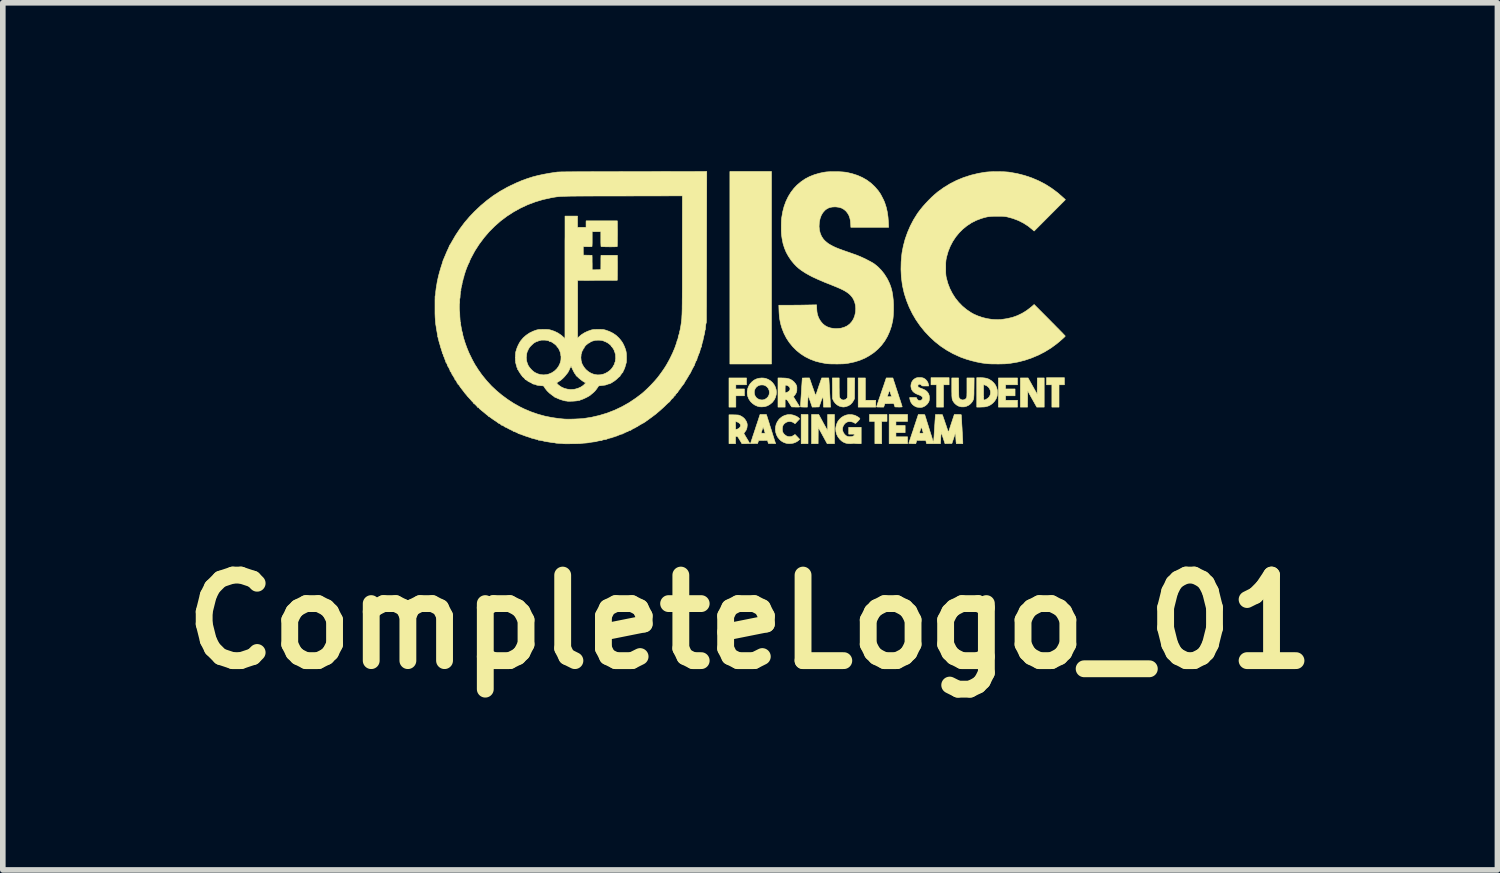
<source format=kicad_pcb>
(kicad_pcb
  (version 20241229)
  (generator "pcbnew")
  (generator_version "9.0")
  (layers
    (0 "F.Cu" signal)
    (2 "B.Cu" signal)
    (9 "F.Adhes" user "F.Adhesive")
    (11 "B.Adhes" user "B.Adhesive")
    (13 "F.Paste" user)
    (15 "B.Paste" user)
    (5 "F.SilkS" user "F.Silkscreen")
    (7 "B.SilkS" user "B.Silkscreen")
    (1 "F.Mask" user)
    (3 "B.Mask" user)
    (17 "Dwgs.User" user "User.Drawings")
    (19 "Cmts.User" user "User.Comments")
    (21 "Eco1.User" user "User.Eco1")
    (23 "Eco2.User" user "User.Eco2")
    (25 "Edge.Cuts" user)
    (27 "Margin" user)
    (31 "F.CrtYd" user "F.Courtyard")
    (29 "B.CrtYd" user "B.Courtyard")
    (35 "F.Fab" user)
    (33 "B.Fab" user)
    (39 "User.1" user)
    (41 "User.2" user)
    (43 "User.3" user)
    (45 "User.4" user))
  (footprint "CompleteLogo_01"
    (layer "F.Cu")
    (at 10.312 2.429)
    (property "Reference" "CompleteLogo_01" (at 0 5.6 0) (layer "F.SilkS") (effects (font (size 1.524 1.524) (thickness 0.3))))
    (attr through_hole)
    (fp_poly (pts (xy -5.202 1.363) (xy -5.204 1.365) (xy -5.207 1.363) (xy -5.204 1.36) (xy -5.202 1.363)) (stroke (width 0.01) (type solid)) (fill yes) (layer "F.SilkS"))
    (fp_poly (pts (xy -3.561 0.606) (xy -3.564 0.609) (xy -3.567 0.606) (xy -3.564 0.603) (xy -3.561 0.606)) (stroke (width 0.01) (type solid)) (fill yes) (layer "F.SilkS"))
    (fp_poly (pts (xy -2.857 0.627) (xy -2.86 0.63) (xy -2.863 0.627) (xy -2.86 0.624) (xy -2.857 0.627)) (stroke (width 0.01) (type solid)) (fill yes) (layer "F.SilkS"))
    (fp_poly (pts (xy 0.381 1.005) (xy -0.36 1.005) (xy -0.36 -2.424) (xy 0.381 -2.424) (xy 0.381 1.005)) (stroke (width 0.01) (type solid)) (fill yes) (layer "F.SilkS"))
    (fp_poly (pts (xy 1.032 2.424) (xy 0.91 2.424) (xy 0.91 1.905) (xy 1.032 1.905) (xy 1.032 2.424)) (stroke (width 0.01) (type solid)) (fill yes) (layer "F.SilkS"))
    (fp_poly (pts (xy 2.053 1.651) (xy 2.238 1.651) (xy 2.238 1.773) (xy 1.926 1.773) (xy 1.926 1.254) (xy 2.053 1.254) (xy 2.053 1.651)) (stroke (width 0.01) (type solid)) (fill yes) (layer "F.SilkS"))
    (fp_poly (pts (xy 2.439 2.027) (xy 2.344 2.027) (xy 2.344 2.424) (xy 2.223 2.424) (xy 2.223 2.027) (xy 2.127 2.027) (xy 2.127 1.905) (xy 2.439 1.905) (xy 2.439 2.027)) (stroke (width 0.01) (type solid)) (fill yes) (layer "F.SilkS"))
    (fp_poly (pts (xy 3.545 1.376) (xy 3.445 1.376) (xy 3.445 1.773) (xy 3.323 1.773) (xy 3.323 1.376) (xy 3.223 1.376) (xy 3.223 1.249) (xy 3.545 1.249) (xy 3.545 1.376)) (stroke (width 0.01) (type solid)) (fill yes) (layer "F.SilkS"))
    (fp_poly (pts (xy 5.599 1.376) (xy 5.503 1.376) (xy 5.503 1.773) (xy 5.376 1.773) (xy 5.376 1.376) (xy 5.281 1.376) (xy 5.281 1.249) (xy 5.599 1.249) (xy 5.599 1.376)) (stroke (width 0.01) (type solid)) (fill yes) (layer "F.SilkS"))
    (fp_poly (pts (xy -0.064 1.376) (xy -0.254 1.376) (xy -0.254 1.45) (xy -0.101 1.45) (xy -0.101 1.572) (xy -0.254 1.572) (xy -0.254 1.773) (xy -0.376 1.773) (xy -0.376 1.254) (xy -0.064 1.254) (xy -0.064 1.376)) (stroke (width 0.01) (type solid)) (fill yes) (layer "F.SilkS"))
    (fp_poly (pts (xy 2.805 2.027) (xy 2.598 2.027) (xy 2.598 2.101) (xy 2.762 2.101) (xy 2.762 2.228) (xy 2.598 2.228) (xy 2.598 2.302) (xy 2.805 2.302) (xy 2.805 2.424) (xy 2.477 2.424) (xy 2.477 1.905) (xy 2.805 1.905) (xy 2.805 2.027)) (stroke (width 0.01) (type solid)) (fill yes) (layer "F.SilkS"))
    (fp_poly (pts (xy 4.763 1.376) (xy 4.551 1.376) (xy 4.551 1.45) (xy 4.72 1.45) (xy 4.72 1.572) (xy 4.551 1.572) (xy 4.551 1.651) (xy 4.763 1.651) (xy 4.763 1.773) (xy 4.424 1.773) (xy 4.424 1.254) (xy 4.763 1.254) (xy 4.763 1.376)) (stroke (width 0.01) (type solid)) (fill yes) (layer "F.SilkS"))
    (fp_poly (pts (xy 5.114 1.544) (xy 5.117 1.254) (xy 5.239 1.254) (xy 5.239 1.773) (xy 5.107 1.773) (xy 5.026 1.629) (xy 4.945 1.484) (xy 4.944 1.629) (xy 4.942 1.773) (xy 4.815 1.773) (xy 4.815 1.254) (xy 4.952 1.254) (xy 5.114 1.544)) (stroke (width 0.01) (type solid)) (fill yes) (layer "F.SilkS"))
    (fp_poly (pts (xy 1.235 1.927) (xy 1.242 1.94) (xy 1.252 1.96) (xy 1.266 1.984) (xy 1.28 2.011) (xy 1.286 2.021) (xy 1.302 2.052) (xy 1.32 2.084) (xy 1.337 2.114) (xy 1.351 2.139) (xy 1.353 2.143) (xy 1.381 2.193) (xy 1.381 2.049) (xy 1.381 1.905) (xy 1.503 1.905) (xy 1.503 2.424) (xy 1.373 2.424) (xy 1.214 2.133) (xy 1.213 2.278) (xy 1.212 2.424) (xy 1.095 2.424) (xy 1.095 1.905) (xy 1.222 1.905) (xy 1.235 1.927)) (stroke (width 0.01) (type solid)) (fill yes) (layer "F.SilkS"))
    (fp_poly (pts (xy 1.587 1.419) (xy 1.588 1.466) (xy 1.588 1.503) (xy 1.588 1.532) (xy 1.589 1.554) (xy 1.59 1.571) (xy 1.591 1.583) (xy 1.593 1.592) (xy 1.595 1.6) (xy 1.598 1.606) (xy 1.614 1.627) (xy 1.634 1.641) (xy 1.658 1.647) (xy 1.683 1.644) (xy 1.706 1.633) (xy 1.725 1.616) (xy 1.728 1.612) (xy 1.73 1.607) (xy 1.732 1.6) (xy 1.733 1.591) (xy 1.734 1.577) (xy 1.735 1.558) (xy 1.735 1.532) (xy 1.736 1.499) (xy 1.736 1.457) (xy 1.736 1.428) (xy 1.736 1.254) (xy 1.863 1.254) (xy 1.86 1.622) (xy 1.846 1.651) (xy 1.82 1.692) (xy 1.789 1.725) (xy 1.751 1.749) (xy 1.708 1.764) (xy 1.704 1.765) (xy 1.684 1.769) (xy 1.67 1.771) (xy 1.657 1.771) (xy 1.642 1.769) (xy 1.629 1.767) (xy 1.588 1.755) (xy 1.551 1.734) (xy 1.518 1.706) (xy 1.492 1.671) (xy 1.484 1.655) (xy 1.468 1.622) (xy 1.467 1.438) (xy 1.465 1.254) (xy 1.587 1.254) (xy 1.587 1.419)) (stroke (width 0.01) (type solid)) (fill yes) (layer "F.SilkS"))
    (fp_poly (pts (xy 4.094 1.249) (xy 4.14 1.25) (xy 4.178 1.254) (xy 4.211 1.26) (xy 4.24 1.27) (xy 4.259 1.278) (xy 4.303 1.306) (xy 4.34 1.34) (xy 4.37 1.379) (xy 4.391 1.424) (xy 4.404 1.471) (xy 4.408 1.521) (xy 4.402 1.571) (xy 4.4 1.579) (xy 4.383 1.624) (xy 4.357 1.666) (xy 4.324 1.702) (xy 4.285 1.732) (xy 4.241 1.754) (xy 4.194 1.767) (xy 4.191 1.767) (xy 4.171 1.77) (xy 4.144 1.771) (xy 4.115 1.772) (xy 4.097 1.773) (xy 4.038 1.773) (xy 4.038 1.553) (xy 4.159 1.553) (xy 4.159 1.587) (xy 4.16 1.612) (xy 4.162 1.629) (xy 4.165 1.64) (xy 4.169 1.646) (xy 4.176 1.647) (xy 4.184 1.644) (xy 4.196 1.638) (xy 4.204 1.635) (xy 4.236 1.614) (xy 4.261 1.588) (xy 4.277 1.557) (xy 4.284 1.523) (xy 4.282 1.487) (xy 4.278 1.474) (xy 4.263 1.44) (xy 4.24 1.412) (xy 4.211 1.391) (xy 4.178 1.378) (xy 4.176 1.378) (xy 4.159 1.375) (xy 4.159 1.51) (xy 4.159 1.553) (xy 4.038 1.553) (xy 4.038 1.249) (xy 4.094 1.249)) (stroke (width 0.01) (type solid)) (fill yes) (layer "F.SilkS"))
    (fp_poly (pts (xy 0.304 1.946) (xy 0.308 1.961) (xy 0.316 1.984) (xy 0.325 2.014) (xy 0.337 2.05) (xy 0.349 2.091) (xy 0.363 2.134) (xy 0.376 2.175) (xy 0.39 2.219) (xy 0.403 2.261) (xy 0.415 2.3) (xy 0.426 2.334) (xy 0.434 2.361) (xy 0.441 2.382) (xy 0.445 2.393) (xy 0.454 2.424) (xy 0.39 2.422) (xy 0.326 2.421) (xy 0.31 2.365) (xy 0.231 2.367) (xy 0.152 2.368) (xy 0.143 2.394) (xy 0.134 2.421) (xy 0.006 2.424) (xy 0.039 2.325) (xy 0.049 2.293) (xy 0.062 2.254) (xy 0.07 2.232) (xy 0.197 2.232) (xy 0.199 2.235) (xy 0.208 2.238) (xy 0.226 2.238) (xy 0.232 2.238) (xy 0.269 2.238) (xy 0.252 2.185) (xy 0.246 2.164) (xy 0.239 2.146) (xy 0.235 2.135) (xy 0.233 2.133) (xy 0.23 2.137) (xy 0.225 2.15) (xy 0.218 2.168) (xy 0.215 2.179) (xy 0.208 2.2) (xy 0.202 2.218) (xy 0.198 2.229) (xy 0.197 2.232) (xy 0.07 2.232) (xy 0.077 2.209) (xy 0.093 2.162) (xy 0.108 2.114) (xy 0.123 2.069) (xy 0.125 2.065) (xy 0.177 1.905) (xy 0.234 1.905) (xy 0.29 1.905) (xy 0.304 1.946)) (stroke (width 0.01) (type solid)) (fill yes) (layer "F.SilkS"))
    (fp_poly (pts (xy 0.765 1.914) (xy 0.814 1.932) (xy 0.826 1.937) (xy 0.844 1.948) (xy 0.861 1.96) (xy 0.869 1.968) (xy 0.883 1.982) (xy 0.842 2.025) (xy 0.801 2.069) (xy 0.783 2.056) (xy 0.751 2.038) (xy 0.716 2.03) (xy 0.681 2.031) (xy 0.648 2.042) (xy 0.617 2.062) (xy 0.61 2.068) (xy 0.591 2.091) (xy 0.58 2.116) (xy 0.575 2.147) (xy 0.574 2.164) (xy 0.576 2.196) (xy 0.583 2.221) (xy 0.596 2.243) (xy 0.613 2.262) (xy 0.644 2.285) (xy 0.676 2.298) (xy 0.711 2.301) (xy 0.745 2.294) (xy 0.778 2.276) (xy 0.787 2.27) (xy 0.8 2.26) (xy 0.842 2.303) (xy 0.883 2.347) (xy 0.87 2.36) (xy 0.85 2.377) (xy 0.823 2.394) (xy 0.794 2.407) (xy 0.77 2.415) (xy 0.734 2.421) (xy 0.695 2.423) (xy 0.658 2.42) (xy 0.629 2.413) (xy 0.587 2.396) (xy 0.551 2.373) (xy 0.525 2.349) (xy 0.493 2.31) (xy 0.47 2.266) (xy 0.456 2.219) (xy 0.45 2.171) (xy 0.454 2.123) (xy 0.466 2.075) (xy 0.487 2.031) (xy 0.516 1.99) (xy 0.534 1.973) (xy 0.575 1.941) (xy 0.62 1.92) (xy 0.667 1.908) (xy 0.716 1.906) (xy 0.765 1.914)) (stroke (width 0.01) (type solid)) (fill yes) (layer "F.SilkS"))
    (fp_poly (pts (xy 3.716 1.427) (xy 3.716 1.475) (xy 3.717 1.513) (xy 3.717 1.543) (xy 3.718 1.566) (xy 3.719 1.583) (xy 3.72 1.595) (xy 3.722 1.603) (xy 3.724 1.609) (xy 3.727 1.613) (xy 3.728 1.615) (xy 3.748 1.634) (xy 3.773 1.644) (xy 3.789 1.646) (xy 3.817 1.641) (xy 3.839 1.628) (xy 3.853 1.612) (xy 3.855 1.607) (xy 3.858 1.601) (xy 3.859 1.593) (xy 3.861 1.581) (xy 3.862 1.565) (xy 3.862 1.544) (xy 3.863 1.515) (xy 3.863 1.479) (xy 3.863 1.433) (xy 3.863 1.425) (xy 3.863 1.254) (xy 3.991 1.254) (xy 3.989 1.435) (xy 3.988 1.486) (xy 3.988 1.528) (xy 3.987 1.561) (xy 3.985 1.587) (xy 3.984 1.608) (xy 3.981 1.625) (xy 3.977 1.639) (xy 3.973 1.65) (xy 3.967 1.661) (xy 3.96 1.673) (xy 3.955 1.681) (xy 3.927 1.714) (xy 3.893 1.74) (xy 3.854 1.758) (xy 3.812 1.769) (xy 3.769 1.769) (xy 3.756 1.767) (xy 3.712 1.755) (xy 3.674 1.733) (xy 3.641 1.703) (xy 3.627 1.684) (xy 3.618 1.671) (xy 3.611 1.658) (xy 3.606 1.646) (xy 3.601 1.632) (xy 3.598 1.614) (xy 3.596 1.593) (xy 3.594 1.567) (xy 3.594 1.534) (xy 3.593 1.493) (xy 3.593 1.444) (xy 3.593 1.43) (xy 3.593 1.254) (xy 3.714 1.254) (xy 3.716 1.427)) (stroke (width 0.01) (type solid)) (fill yes) (layer "F.SilkS"))
    (fp_poly (pts (xy 0.231 1.255) (xy 0.257 1.258) (xy 0.277 1.262) (xy 0.322 1.279) (xy 0.363 1.304) (xy 0.399 1.336) (xy 0.428 1.374) (xy 0.45 1.416) (xy 0.464 1.461) (xy 0.47 1.508) (xy 0.466 1.547) (xy 0.453 1.597) (xy 0.431 1.643) (xy 0.401 1.683) (xy 0.393 1.692) (xy 0.351 1.726) (xy 0.306 1.751) (xy 0.258 1.765) (xy 0.207 1.769) (xy 0.169 1.767) (xy 0.127 1.756) (xy 0.085 1.737) (xy 0.046 1.71) (xy 0.011 1.677) (xy -0.016 1.639) (xy -0.025 1.623) (xy -0.043 1.577) (xy -0.051 1.529) (xy -0.05 1.503) (xy 0.074 1.503) (xy 0.077 1.538) (xy 0.088 1.571) (xy 0.108 1.602) (xy 0.132 1.622) (xy 0.162 1.637) (xy 0.195 1.645) (xy 0.229 1.645) (xy 0.26 1.637) (xy 0.262 1.636) (xy 0.295 1.615) (xy 0.32 1.589) (xy 0.337 1.557) (xy 0.344 1.52) (xy 0.344 1.511) (xy 0.339 1.474) (xy 0.324 1.44) (xy 0.301 1.412) (xy 0.27 1.39) (xy 0.267 1.389) (xy 0.24 1.38) (xy 0.209 1.378) (xy 0.177 1.381) (xy 0.149 1.39) (xy 0.146 1.392) (xy 0.116 1.412) (xy 0.094 1.439) (xy 0.08 1.47) (xy 0.074 1.503) (xy -0.05 1.503) (xy -0.049 1.482) (xy -0.04 1.437) (xy -0.022 1.395) (xy 0.002 1.356) (xy 0.034 1.322) (xy 0.07 1.293) (xy 0.112 1.272) (xy 0.159 1.259) (xy 0.206 1.254) (xy 0.231 1.255)) (stroke (width 0.01) (type solid)) (fill yes) (layer "F.SilkS"))
    (fp_poly (pts (xy 0.56 1.254) (xy 0.588 1.255) (xy 0.617 1.256) (xy 0.642 1.258) (xy 0.656 1.26) (xy 0.704 1.272) (xy 0.746 1.294) (xy 0.782 1.324) (xy 0.812 1.361) (xy 0.818 1.372) (xy 0.826 1.387) (xy 0.83 1.4) (xy 0.833 1.415) (xy 0.833 1.435) (xy 0.833 1.447) (xy 0.832 1.482) (xy 0.825 1.51) (xy 0.813 1.535) (xy 0.794 1.562) (xy 0.791 1.566) (xy 0.772 1.588) (xy 0.828 1.678) (xy 0.845 1.705) (xy 0.86 1.729) (xy 0.872 1.749) (xy 0.88 1.763) (xy 0.884 1.77) (xy 0.884 1.77) (xy 0.879 1.771) (xy 0.865 1.772) (xy 0.845 1.772) (xy 0.82 1.772) (xy 0.812 1.772) (xy 0.74 1.77) (xy 0.699 1.705) (xy 0.683 1.68) (xy 0.672 1.662) (xy 0.663 1.651) (xy 0.656 1.644) (xy 0.65 1.641) (xy 0.643 1.64) (xy 0.642 1.64) (xy 0.624 1.64) (xy 0.624 1.773) (xy 0.497 1.773) (xy 0.497 1.45) (xy 0.624 1.45) (xy 0.624 1.52) (xy 0.639 1.516) (xy 0.654 1.511) (xy 0.67 1.504) (xy 0.672 1.503) (xy 0.694 1.487) (xy 0.708 1.468) (xy 0.712 1.447) (xy 0.707 1.426) (xy 0.694 1.407) (xy 0.671 1.392) (xy 0.67 1.391) (xy 0.654 1.385) (xy 0.64 1.382) (xy 0.636 1.381) (xy 0.631 1.382) (xy 0.628 1.384) (xy 0.626 1.389) (xy 0.625 1.4) (xy 0.625 1.418) (xy 0.624 1.444) (xy 0.624 1.45) (xy 0.497 1.45) (xy 0.497 1.254) (xy 0.56 1.254)) (stroke (width 0.01) (type solid)) (fill yes) (layer "F.SilkS"))
    (fp_poly (pts (xy 2.549 1.271) (xy 2.552 1.279) (xy 2.557 1.296) (xy 2.565 1.321) (xy 2.576 1.352) (xy 2.587 1.388) (xy 2.6 1.428) (xy 2.614 1.47) (xy 2.628 1.514) (xy 2.643 1.558) (xy 2.656 1.601) (xy 2.67 1.641) (xy 2.682 1.678) (xy 2.692 1.71) (xy 2.696 1.722) (xy 2.702 1.742) (xy 2.707 1.758) (xy 2.709 1.768) (xy 2.709 1.769) (xy 2.704 1.77) (xy 2.691 1.771) (xy 2.671 1.772) (xy 2.646 1.772) (xy 2.645 1.772) (xy 2.581 1.77) (xy 2.57 1.74) (xy 2.56 1.709) (xy 2.48 1.71) (xy 2.401 1.712) (xy 2.38 1.773) (xy 2.318 1.773) (xy 2.294 1.772) (xy 2.273 1.772) (xy 2.259 1.771) (xy 2.253 1.77) (xy 2.254 1.764) (xy 2.258 1.75) (xy 2.264 1.73) (xy 2.273 1.704) (xy 2.283 1.674) (xy 2.284 1.671) (xy 2.294 1.64) (xy 2.307 1.602) (xy 2.315 1.581) (xy 2.446 1.581) (xy 2.448 1.585) (xy 2.457 1.587) (xy 2.475 1.587) (xy 2.481 1.587) (xy 2.5 1.587) (xy 2.513 1.586) (xy 2.519 1.584) (xy 2.519 1.584) (xy 2.517 1.577) (xy 2.513 1.563) (xy 2.507 1.543) (xy 2.501 1.525) (xy 2.484 1.471) (xy 2.466 1.523) (xy 2.458 1.545) (xy 2.452 1.564) (xy 2.447 1.577) (xy 2.446 1.581) (xy 2.315 1.581) (xy 2.322 1.558) (xy 2.338 1.512) (xy 2.354 1.464) (xy 2.37 1.419) (xy 2.372 1.414) (xy 2.426 1.254) (xy 2.485 1.254) (xy 2.543 1.254) (xy 2.549 1.271)) (stroke (width 0.01) (type solid)) (fill yes) (layer "F.SilkS"))
    (fp_poly (pts (xy -0.29 1.911) (xy -0.257 1.912) (xy -0.234 1.913) (xy -0.216 1.914) (xy -0.203 1.916) (xy -0.191 1.92) (xy -0.18 1.925) (xy -0.169 1.929) (xy -0.129 1.953) (xy -0.098 1.981) (xy -0.074 2.016) (xy -0.069 2.025) (xy -0.059 2.046) (xy -0.054 2.064) (xy -0.051 2.083) (xy -0.051 2.101) (xy -0.056 2.144) (xy -0.07 2.183) (xy -0.095 2.219) (xy -0.095 2.219) (xy -0.105 2.231) (xy -0.11 2.242) (xy -0.11 2.245) (xy -0.106 2.251) (xy -0.098 2.265) (xy -0.086 2.285) (xy -0.072 2.309) (xy -0.056 2.335) (xy -0.04 2.362) (xy -0.026 2.385) (xy -0.015 2.404) (xy -0.008 2.417) (xy -0.005 2.421) (xy -0.01 2.422) (xy -0.024 2.423) (xy -0.044 2.423) (xy -0.069 2.424) (xy -0.075 2.424) (xy -0.146 2.424) (xy -0.185 2.357) (xy -0.201 2.331) (xy -0.213 2.313) (xy -0.222 2.301) (xy -0.228 2.295) (xy -0.233 2.293) (xy -0.235 2.294) (xy -0.247 2.296) (xy -0.253 2.297) (xy -0.256 2.3) (xy -0.258 2.309) (xy -0.259 2.327) (xy -0.259 2.354) (xy -0.259 2.36) (xy -0.259 2.424) (xy -0.376 2.424) (xy -0.376 2.1) (xy -0.259 2.1) (xy -0.259 2.128) (xy -0.259 2.148) (xy -0.258 2.16) (xy -0.256 2.166) (xy -0.253 2.169) (xy -0.248 2.169) (xy -0.247 2.169) (xy -0.235 2.167) (xy -0.219 2.162) (xy -0.214 2.16) (xy -0.195 2.147) (xy -0.18 2.13) (xy -0.171 2.111) (xy -0.169 2.101) (xy -0.174 2.08) (xy -0.188 2.062) (xy -0.209 2.046) (xy -0.235 2.036) (xy -0.243 2.034) (xy -0.259 2.031) (xy -0.259 2.1) (xy -0.376 2.1) (xy -0.376 1.91) (xy -0.29 1.911)) (stroke (width 0.01) (type solid)) (fill yes) (layer "F.SilkS"))
    (fp_poly (pts (xy 1.809 1.907) (xy 1.859 1.917) (xy 1.861 1.918) (xy 1.878 1.925) (xy 1.898 1.935) (xy 1.919 1.947) (xy 1.937 1.959) (xy 1.95 1.97) (xy 1.956 1.978) (xy 1.954 1.985) (xy 1.944 1.998) (xy 1.928 2.017) (xy 1.918 2.027) (xy 1.9 2.045) (xy 1.887 2.057) (xy 1.879 2.063) (xy 1.873 2.064) (xy 1.868 2.061) (xy 1.868 2.061) (xy 1.844 2.046) (xy 1.814 2.036) (xy 1.781 2.031) (xy 1.749 2.033) (xy 1.726 2.04) (xy 1.7 2.056) (xy 1.677 2.08) (xy 1.659 2.11) (xy 1.648 2.143) (xy 1.646 2.169) (xy 1.651 2.2) (xy 1.664 2.231) (xy 1.684 2.259) (xy 1.709 2.282) (xy 1.727 2.292) (xy 1.749 2.299) (xy 1.774 2.301) (xy 1.798 2.3) (xy 1.821 2.296) (xy 1.84 2.288) (xy 1.853 2.278) (xy 1.857 2.267) (xy 1.857 2.261) (xy 1.854 2.257) (xy 1.848 2.255) (xy 1.835 2.254) (xy 1.814 2.254) (xy 1.807 2.254) (xy 1.757 2.254) (xy 1.757 2.133) (xy 1.979 2.133) (xy 1.979 2.424) (xy 1.918 2.424) (xy 1.894 2.423) (xy 1.874 2.422) (xy 1.861 2.42) (xy 1.857 2.419) (xy 1.853 2.416) (xy 1.841 2.419) (xy 1.84 2.419) (xy 1.819 2.422) (xy 1.79 2.424) (xy 1.76 2.423) (xy 1.73 2.42) (xy 1.706 2.415) (xy 1.699 2.413) (xy 1.662 2.397) (xy 1.631 2.377) (xy 1.601 2.349) (xy 1.597 2.345) (xy 1.565 2.303) (xy 1.542 2.257) (xy 1.529 2.208) (xy 1.525 2.158) (xy 1.529 2.127) (xy 1.542 2.076) (xy 1.563 2.03) (xy 1.592 1.991) (xy 1.627 1.958) (xy 1.667 1.933) (xy 1.711 1.915) (xy 1.759 1.906) (xy 1.809 1.907)) (stroke (width 0.01) (type solid)) (fill yes) (layer "F.SilkS"))
    (fp_poly (pts (xy 3.062 1.249) (xy 3.087 1.256) (xy 3.091 1.257) (xy 3.123 1.277) (xy 3.149 1.305) (xy 3.168 1.337) (xy 3.178 1.372) (xy 3.178 1.373) (xy 3.182 1.397) (xy 3.121 1.397) (xy 3.094 1.397) (xy 3.076 1.396) (xy 3.065 1.395) (xy 3.059 1.392) (xy 3.057 1.388) (xy 3.056 1.387) (xy 3.048 1.377) (xy 3.035 1.369) (xy 3.019 1.365) (xy 3.017 1.365) (xy 3.002 1.37) (xy 2.992 1.381) (xy 2.989 1.395) (xy 2.992 1.41) (xy 3 1.419) (xy 3.01 1.425) (xy 3.027 1.432) (xy 3.048 1.44) (xy 3.055 1.442) (xy 3.094 1.458) (xy 3.126 1.475) (xy 3.15 1.495) (xy 3.17 1.52) (xy 3.181 1.54) (xy 3.19 1.565) (xy 3.194 1.596) (xy 3.194 1.628) (xy 3.19 1.659) (xy 3.181 1.683) (xy 3.157 1.718) (xy 3.125 1.747) (xy 3.098 1.763) (xy 3.079 1.771) (xy 3.063 1.776) (xy 3.044 1.778) (xy 3.024 1.778) (xy 3.001 1.777) (xy 2.98 1.774) (xy 2.964 1.771) (xy 2.963 1.771) (xy 2.924 1.751) (xy 2.892 1.725) (xy 2.867 1.691) (xy 2.851 1.651) (xy 2.845 1.623) (xy 2.842 1.603) (xy 2.905 1.603) (xy 2.932 1.603) (xy 2.95 1.604) (xy 2.961 1.605) (xy 2.966 1.607) (xy 2.968 1.611) (xy 2.969 1.614) (xy 2.972 1.625) (xy 2.981 1.638) (xy 2.984 1.641) (xy 2.998 1.652) (xy 3.014 1.656) (xy 3.022 1.656) (xy 3.04 1.654) (xy 3.054 1.646) (xy 3.059 1.641) (xy 3.072 1.623) (xy 3.074 1.606) (xy 3.066 1.59) (xy 3.048 1.574) (xy 3.02 1.56) (xy 3.002 1.554) (xy 2.959 1.536) (xy 2.925 1.516) (xy 2.899 1.492) (xy 2.88 1.463) (xy 2.87 1.435) (xy 2.864 1.397) (xy 2.869 1.359) (xy 2.881 1.325) (xy 2.898 1.298) (xy 2.92 1.276) (xy 2.949 1.258) (xy 2.972 1.25) (xy 3 1.246) (xy 3.031 1.246) (xy 3.062 1.249)) (stroke (width 0.01) (type solid)) (fill yes) (layer "F.SilkS"))
    (fp_poly (pts (xy 1.076 1.308) (xy 1.092 1.356) (xy 1.108 1.402) (xy 1.123 1.443) (xy 1.136 1.48) (xy 1.147 1.512) (xy 1.157 1.537) (xy 1.164 1.555) (xy 1.168 1.565) (xy 1.169 1.566) (xy 1.171 1.56) (xy 1.176 1.546) (xy 1.183 1.525) (xy 1.192 1.499) (xy 1.202 1.468) (xy 1.213 1.436) (xy 1.224 1.402) (xy 1.235 1.37) (xy 1.246 1.34) (xy 1.255 1.314) (xy 1.262 1.293) (xy 1.267 1.279) (xy 1.268 1.277) (xy 1.276 1.254) (xy 1.401 1.254) (xy 1.405 1.287) (xy 1.406 1.3) (xy 1.407 1.322) (xy 1.409 1.352) (xy 1.411 1.388) (xy 1.413 1.429) (xy 1.416 1.473) (xy 1.418 1.513) (xy 1.421 1.559) (xy 1.423 1.603) (xy 1.426 1.643) (xy 1.428 1.678) (xy 1.429 1.707) (xy 1.431 1.729) (xy 1.432 1.74) (xy 1.435 1.773) (xy 1.308 1.773) (xy 1.305 1.692) (xy 1.303 1.652) (xy 1.301 1.623) (xy 1.299 1.604) (xy 1.296 1.595) (xy 1.292 1.596) (xy 1.287 1.607) (xy 1.279 1.627) (xy 1.268 1.656) (xy 1.262 1.675) (xy 1.229 1.77) (xy 1.168 1.772) (xy 1.107 1.773) (xy 1.082 1.7) (xy 1.072 1.671) (xy 1.062 1.642) (xy 1.053 1.617) (xy 1.046 1.598) (xy 1.045 1.596) (xy 1.034 1.564) (xy 1.03 1.625) (xy 1.028 1.655) (xy 1.026 1.686) (xy 1.024 1.715) (xy 1.023 1.729) (xy 1.02 1.773) (xy 0.96 1.773) (xy 0.936 1.772) (xy 0.916 1.771) (xy 0.903 1.77) (xy 0.898 1.769) (xy 0.898 1.763) (xy 0.899 1.748) (xy 0.9 1.725) (xy 0.902 1.695) (xy 0.904 1.66) (xy 0.906 1.62) (xy 0.909 1.577) (xy 0.912 1.533) (xy 0.915 1.488) (xy 0.917 1.443) (xy 0.92 1.401) (xy 0.923 1.361) (xy 0.925 1.326) (xy 0.927 1.297) (xy 0.929 1.274) (xy 0.93 1.26) (xy 0.931 1.255) (xy 0.936 1.255) (xy 0.95 1.255) (xy 0.97 1.254) (xy 0.994 1.254) (xy 1.057 1.254) (xy 1.076 1.308)) (stroke (width 0.01) (type solid)) (fill yes) (layer "F.SilkS"))
    (fp_poly (pts (xy 3.364 1.906) (xy 3.426 1.908) (xy 3.44 1.95) (xy 3.446 1.968) (xy 3.455 1.993) (xy 3.466 2.025) (xy 3.477 2.059) (xy 3.49 2.095) (xy 3.494 2.108) (xy 3.533 2.224) (xy 3.585 2.064) (xy 3.638 1.905) (xy 3.7 1.905) (xy 3.729 1.905) (xy 3.748 1.906) (xy 3.758 1.908) (xy 3.762 1.911) (xy 3.762 1.912) (xy 3.763 1.918) (xy 3.764 1.934) (xy 3.765 1.958) (xy 3.767 1.99) (xy 3.769 2.027) (xy 3.771 2.07) (xy 3.774 2.116) (xy 3.776 2.143) (xy 3.778 2.192) (xy 3.781 2.239) (xy 3.783 2.281) (xy 3.785 2.32) (xy 3.787 2.351) (xy 3.788 2.376) (xy 3.789 2.392) (xy 3.789 2.396) (xy 3.789 2.424) (xy 3.674 2.424) (xy 3.671 2.401) (xy 3.669 2.388) (xy 3.668 2.366) (xy 3.666 2.339) (xy 3.664 2.31) (xy 3.664 2.302) (xy 3.66 2.225) (xy 3.595 2.421) (xy 3.472 2.424) (xy 3.439 2.323) (xy 3.405 2.222) (xy 3.402 2.255) (xy 3.4 2.274) (xy 3.398 2.3) (xy 3.396 2.329) (xy 3.395 2.356) (xy 3.391 2.424) (xy 3.145 2.424) (xy 3.137 2.396) (xy 3.13 2.368) (xy 3.05 2.367) (xy 2.971 2.365) (xy 2.961 2.394) (xy 2.952 2.424) (xy 2.888 2.424) (xy 2.86 2.423) (xy 2.842 2.422) (xy 2.831 2.421) (xy 2.827 2.418) (xy 2.827 2.417) (xy 2.829 2.411) (xy 2.834 2.396) (xy 2.842 2.372) (xy 2.852 2.342) (xy 2.864 2.305) (xy 2.878 2.264) (xy 2.888 2.234) (xy 3.016 2.234) (xy 3.021 2.236) (xy 3.034 2.238) (xy 3.051 2.238) (xy 3.068 2.238) (xy 3.081 2.236) (xy 3.085 2.233) (xy 3.084 2.226) (xy 3.079 2.212) (xy 3.073 2.192) (xy 3.068 2.176) (xy 3.052 2.125) (xy 3.034 2.177) (xy 3.027 2.199) (xy 3.021 2.218) (xy 3.017 2.23) (xy 3.016 2.234) (xy 2.888 2.234) (xy 2.894 2.218) (xy 2.91 2.169) (xy 2.913 2.158) (xy 2.997 1.905) (xy 3.054 1.905) (xy 3.079 1.905) (xy 3.096 1.906) (xy 3.106 1.907) (xy 3.111 1.91) (xy 3.114 1.914) (xy 3.114 1.917) (xy 3.117 1.926) (xy 3.122 1.943) (xy 3.131 1.969) (xy 3.141 2.004) (xy 3.155 2.048) (xy 3.172 2.101) (xy 3.191 2.163) (xy 3.214 2.236) (xy 3.226 2.273) (xy 3.237 2.308) (xy 3.246 2.339) (xy 3.254 2.365) (xy 3.26 2.383) (xy 3.263 2.393) (xy 3.263 2.393) (xy 3.266 2.403) (xy 3.268 2.406) (xy 3.269 2.401) (xy 3.27 2.386) (xy 3.272 2.362) (xy 3.274 2.332) (xy 3.277 2.295) (xy 3.279 2.254) (xy 3.282 2.209) (xy 3.283 2.193) (xy 3.286 2.145) (xy 3.289 2.099) (xy 3.292 2.056) (xy 3.294 2.018) (xy 3.297 1.986) (xy 3.298 1.961) (xy 3.3 1.945) (xy 3.3 1.943) (xy 3.303 1.905) (xy 3.364 1.906)) (stroke (width 0.01) (type solid)) (fill yes) (layer "F.SilkS"))
    (fp_poly (pts (xy 4.475 -2.42) (xy 4.526 -2.419) (xy 4.571 -2.416) (xy 4.609 -2.413) (xy 4.62 -2.411) (xy 4.757 -2.387) (xy 4.89 -2.353) (xy 5.018 -2.31) (xy 5.14 -2.258) (xy 5.258 -2.197) (xy 5.37 -2.126) (xy 5.478 -2.046) (xy 5.577 -1.959) (xy 5.617 -1.922) (xy 5.06 -1.363) (xy 5.03 -1.389) (xy 4.951 -1.453) (xy 4.866 -1.507) (xy 4.776 -1.552) (xy 4.681 -1.588) (xy 4.581 -1.615) (xy 4.58 -1.615) (xy 4.56 -1.619) (xy 4.541 -1.622) (xy 4.522 -1.624) (xy 4.501 -1.626) (xy 4.476 -1.627) (xy 4.444 -1.627) (xy 4.404 -1.627) (xy 4.4 -1.627) (xy 4.35 -1.627) (xy 4.307 -1.625) (xy 4.27 -1.622) (xy 4.236 -1.618) (xy 4.203 -1.611) (xy 4.168 -1.602) (xy 4.128 -1.59) (xy 4.118 -1.587) (xy 4.028 -1.553) (xy 3.943 -1.51) (xy 3.864 -1.458) (xy 3.791 -1.399) (xy 3.724 -1.332) (xy 3.664 -1.259) (xy 3.611 -1.179) (xy 3.566 -1.093) (xy 3.529 -1.002) (xy 3.502 -0.907) (xy 3.497 -0.886) (xy 3.493 -0.866) (xy 3.49 -0.848) (xy 3.488 -0.829) (xy 3.486 -0.808) (xy 3.485 -0.783) (xy 3.485 -0.752) (xy 3.485 -0.712) (xy 3.485 -0.704) (xy 3.485 -0.662) (xy 3.485 -0.629) (xy 3.486 -0.602) (xy 3.488 -0.58) (xy 3.49 -0.562) (xy 3.493 -0.544) (xy 3.497 -0.527) (xy 3.523 -0.431) (xy 3.558 -0.34) (xy 3.602 -0.253) (xy 3.654 -0.171) (xy 3.714 -0.096) (xy 3.781 -0.027) (xy 3.855 0.035) (xy 3.935 0.089) (xy 3.987 0.118) (xy 4.061 0.15) (xy 4.14 0.177) (xy 4.223 0.197) (xy 4.306 0.21) (xy 4.389 0.215) (xy 4.467 0.213) (xy 4.477 0.212) (xy 4.577 0.197) (xy 4.672 0.175) (xy 4.762 0.143) (xy 4.847 0.102) (xy 4.928 0.052) (xy 5.006 -0.008) (xy 5.024 -0.023) (xy 5.06 -0.055) (xy 5.337 0.223) (xy 5.382 0.269) (xy 5.425 0.312) (xy 5.464 0.352) (xy 5.501 0.389) (xy 5.533 0.422) (xy 5.561 0.45) (xy 5.583 0.474) (xy 5.6 0.491) (xy 5.611 0.503) (xy 5.614 0.507) (xy 5.611 0.513) (xy 5.6 0.525) (xy 5.583 0.541) (xy 5.562 0.56) (xy 5.538 0.581) (xy 5.512 0.604) (xy 5.485 0.626) (xy 5.462 0.645) (xy 5.36 0.72) (xy 5.251 0.787) (xy 5.137 0.846) (xy 5.018 0.896) (xy 4.895 0.938) (xy 4.769 0.97) (xy 4.64 0.992) (xy 4.569 1) (xy 4.541 1.002) (xy 4.505 1.003) (xy 4.463 1.004) (xy 4.418 1.005) (xy 4.372 1.004) (xy 4.326 1.004) (xy 4.285 1.003) (xy 4.25 1.001) (xy 4.225 0.999) (xy 4.135 0.988) (xy 4.04 0.97) (xy 3.943 0.946) (xy 3.848 0.918) (xy 3.758 0.886) (xy 3.732 0.875) (xy 3.614 0.821) (xy 3.502 0.758) (xy 3.395 0.687) (xy 3.294 0.607) (xy 3.2 0.52) (xy 3.112 0.427) (xy 3.031 0.327) (xy 2.957 0.221) (xy 2.892 0.11) (xy 2.835 -0.006) (xy 2.787 -0.126) (xy 2.747 -0.249) (xy 2.718 -0.376) (xy 2.71 -0.423) (xy 2.694 -0.551) (xy 2.688 -0.682) (xy 2.691 -0.814) (xy 2.703 -0.946) (xy 2.707 -0.979) (xy 2.73 -1.098) (xy 2.762 -1.218) (xy 2.804 -1.337) (xy 2.854 -1.453) (xy 2.912 -1.564) (xy 2.978 -1.67) (xy 2.994 -1.693) (xy 3.033 -1.745) (xy 3.078 -1.8) (xy 3.129 -1.857) (xy 3.182 -1.913) (xy 3.236 -1.967) (xy 3.289 -2.015) (xy 3.339 -2.057) (xy 3.345 -2.062) (xy 3.454 -2.14) (xy 3.567 -2.209) (xy 3.684 -2.268) (xy 3.807 -2.318) (xy 3.935 -2.359) (xy 4.068 -2.391) (xy 4.186 -2.411) (xy 4.221 -2.415) (xy 4.264 -2.418) (xy 4.313 -2.42) (xy 4.366 -2.421) (xy 4.421 -2.421) (xy 4.475 -2.42)) (stroke (width 0.01) (type solid)) (fill yes) (layer "F.SilkS"))
    (fp_poly (pts (xy 1.553 -2.421) (xy 1.604 -2.419) (xy 1.652 -2.416) (xy 1.693 -2.412) (xy 1.717 -2.409) (xy 1.819 -2.385) (xy 1.913 -2.355) (xy 2.001 -2.316) (xy 2.081 -2.27) (xy 2.154 -2.216) (xy 2.22 -2.154) (xy 2.28 -2.085) (xy 2.319 -2.029) (xy 2.33 -2.01) (xy 2.344 -1.984) (xy 2.359 -1.954) (xy 2.375 -1.923) (xy 2.388 -1.894) (xy 2.398 -1.87) (xy 2.4 -1.864) (xy 2.425 -1.787) (xy 2.444 -1.703) (xy 2.457 -1.613) (xy 2.464 -1.519) (xy 2.464 -1.517) (xy 2.468 -1.429) (xy 1.795 -1.429) (xy 1.792 -1.491) (xy 1.787 -1.549) (xy 1.776 -1.598) (xy 1.76 -1.642) (xy 1.738 -1.68) (xy 1.711 -1.715) (xy 1.674 -1.747) (xy 1.633 -1.771) (xy 1.586 -1.786) (xy 1.533 -1.793) (xy 1.511 -1.794) (xy 1.462 -1.791) (xy 1.42 -1.783) (xy 1.384 -1.768) (xy 1.35 -1.747) (xy 1.33 -1.729) (xy 1.295 -1.689) (xy 1.267 -1.641) (xy 1.247 -1.586) (xy 1.234 -1.524) (xy 1.233 -1.514) (xy 1.229 -1.445) (xy 1.235 -1.381) (xy 1.25 -1.322) (xy 1.273 -1.268) (xy 1.306 -1.219) (xy 1.312 -1.212) (xy 1.337 -1.186) (xy 1.365 -1.162) (xy 1.396 -1.138) (xy 1.433 -1.116) (xy 1.475 -1.093) (xy 1.524 -1.07) (xy 1.581 -1.047) (xy 1.646 -1.023) (xy 1.72 -0.997) (xy 1.749 -0.987) (xy 1.786 -0.974) (xy 1.825 -0.96) (xy 1.863 -0.947) (xy 1.896 -0.935) (xy 1.921 -0.925) (xy 1.965 -0.907) (xy 2.011 -0.886) (xy 2.058 -0.864) (xy 2.102 -0.841) (xy 2.144 -0.819) (xy 2.18 -0.799) (xy 2.208 -0.781) (xy 2.214 -0.777) (xy 2.276 -0.727) (xy 2.335 -0.667) (xy 2.388 -0.601) (xy 2.435 -0.528) (xy 2.455 -0.491) (xy 2.485 -0.428) (xy 2.509 -0.362) (xy 2.528 -0.292) (xy 2.541 -0.218) (xy 2.55 -0.138) (xy 2.555 -0.051) (xy 2.555 0.044) (xy 2.553 0.092) (xy 2.551 0.132) (xy 2.549 0.165) (xy 2.546 0.195) (xy 2.542 0.222) (xy 2.541 0.23) (xy 2.518 0.331) (xy 2.486 0.425) (xy 2.446 0.514) (xy 2.398 0.596) (xy 2.342 0.671) (xy 2.277 0.74) (xy 2.205 0.802) (xy 2.125 0.856) (xy 2.046 0.9) (xy 1.954 0.939) (xy 1.856 0.969) (xy 1.752 0.991) (xy 1.687 1) (xy 1.662 1.002) (xy 1.628 1.003) (xy 1.59 1.004) (xy 1.547 1.005) (xy 1.504 1.004) (xy 1.463 1.004) (xy 1.425 1.003) (xy 1.394 1.001) (xy 1.376 1) (xy 1.343 0.995) (xy 1.305 0.988) (xy 1.263 0.98) (xy 1.222 0.97) (xy 1.186 0.961) (xy 1.164 0.955) (xy 1.071 0.92) (xy 0.984 0.877) (xy 0.903 0.825) (xy 0.828 0.765) (xy 0.761 0.698) (xy 0.7 0.624) (xy 0.647 0.544) (xy 0.603 0.458) (xy 0.567 0.366) (xy 0.548 0.302) (xy 0.536 0.249) (xy 0.527 0.2) (xy 0.521 0.151) (xy 0.517 0.097) (xy 0.515 0.054) (xy 0.512 -0.042) (xy 0.694 -0.042) (xy 0.746 -0.042) (xy 0.804 -0.043) (xy 0.863 -0.043) (xy 0.922 -0.044) (xy 0.976 -0.045) (xy 1.024 -0.046) (xy 1.03 -0.046) (xy 1.184 -0.049) (xy 1.187 0.019) (xy 1.19 0.063) (xy 1.195 0.099) (xy 1.203 0.132) (xy 1.214 0.164) (xy 1.225 0.19) (xy 1.255 0.241) (xy 1.291 0.285) (xy 1.333 0.32) (xy 1.382 0.346) (xy 1.437 0.364) (xy 1.497 0.373) (xy 1.559 0.374) (xy 1.622 0.367) (xy 1.679 0.35) (xy 1.73 0.326) (xy 1.774 0.293) (xy 1.811 0.252) (xy 1.841 0.205) (xy 1.863 0.15) (xy 1.877 0.088) (xy 1.879 0.075) (xy 1.882 0.016) (xy 1.877 -0.042) (xy 1.863 -0.097) (xy 1.842 -0.147) (xy 1.824 -0.177) (xy 1.803 -0.204) (xy 1.78 -0.229) (xy 1.754 -0.252) (xy 1.723 -0.274) (xy 1.688 -0.296) (xy 1.647 -0.318) (xy 1.598 -0.341) (xy 1.542 -0.365) (xy 1.476 -0.392) (xy 1.471 -0.394) (xy 1.391 -0.426) (xy 1.32 -0.454) (xy 1.258 -0.481) (xy 1.202 -0.505) (xy 1.152 -0.528) (xy 1.107 -0.549) (xy 1.065 -0.571) (xy 1.027 -0.592) (xy 0.99 -0.613) (xy 0.974 -0.623) (xy 0.917 -0.66) (xy 0.868 -0.697) (xy 0.824 -0.736) (xy 0.784 -0.778) (xy 0.744 -0.826) (xy 0.73 -0.844) (xy 0.683 -0.914) (xy 0.643 -0.986) (xy 0.612 -1.061) (xy 0.587 -1.141) (xy 0.57 -1.227) (xy 0.561 -1.29) (xy 0.558 -1.326) (xy 0.556 -1.368) (xy 0.556 -1.416) (xy 0.556 -1.465) (xy 0.557 -1.514) (xy 0.559 -1.558) (xy 0.562 -1.596) (xy 0.564 -1.606) (xy 0.581 -1.706) (xy 0.606 -1.802) (xy 0.639 -1.892) (xy 0.68 -1.977) (xy 0.728 -2.055) (xy 0.782 -2.125) (xy 0.835 -2.181) (xy 0.905 -2.24) (xy 0.979 -2.291) (xy 1.059 -2.333) (xy 1.145 -2.367) (xy 1.238 -2.394) (xy 1.321 -2.411) (xy 1.356 -2.416) (xy 1.399 -2.419) (xy 1.448 -2.421) (xy 1.5 -2.421) (xy 1.553 -2.421)) (stroke (width 0.01) (type solid)) (fill yes) (layer "F.SilkS"))
    (fp_poly (pts (xy -3.074 -1.429) (xy -2.922 -1.429) (xy -2.922 -1.462) (xy -2.922 -1.485) (xy -2.922 -1.508) (xy -2.922 -1.52) (xy -2.921 -1.545) (xy -2.365 -1.545) (xy -2.365 -1.531) (xy -2.364 -1.5) (xy -2.364 -1.465) (xy -2.364 -1.425) (xy -2.363 -1.383) (xy -2.363 -1.339) (xy -2.363 -1.295) (xy -2.364 -1.252) (xy -2.364 -1.211) (xy -2.364 -1.174) (xy -2.365 -1.142) (xy -2.366 -1.116) (xy -2.366 -1.097) (xy -2.367 -1.087) (xy -2.367 -1.086) (xy -2.375 -1.085) (xy -2.39 -1.084) (xy -2.413 -1.083) (xy -2.441 -1.083) (xy -2.473 -1.082) (xy -2.507 -1.082) (xy -2.54 -1.083) (xy -2.573 -1.083) (xy -2.602 -1.084) (xy -2.627 -1.085) (xy -2.645 -1.086) (xy -2.654 -1.087) (xy -2.655 -1.087) (xy -2.656 -1.094) (xy -2.657 -1.11) (xy -2.658 -1.133) (xy -2.659 -1.162) (xy -2.659 -1.196) (xy -2.659 -1.222) (xy -2.659 -1.352) (xy -2.736 -1.352) (xy -2.813 -1.353) (xy -2.813 -1.221) (xy -2.813 -1.185) (xy -2.813 -1.152) (xy -2.814 -1.124) (xy -2.815 -1.103) (xy -2.816 -1.09) (xy -2.817 -1.086) (xy -2.823 -1.086) (xy -2.839 -1.085) (xy -2.86 -1.084) (xy -2.886 -1.084) (xy -2.897 -1.085) (xy -2.972 -1.085) (xy -2.972 -1.01) (xy -2.971 -0.934) (xy -2.893 -0.933) (xy -2.815 -0.931) (xy -2.815 -0.909) (xy -2.814 -0.897) (xy -2.814 -0.876) (xy -2.814 -0.849) (xy -2.814 -0.817) (xy -2.813 -0.783) (xy -2.813 -0.779) (xy -2.813 -0.672) (xy -2.659 -0.675) (xy -2.658 -0.788) (xy -2.658 -0.823) (xy -2.658 -0.855) (xy -2.658 -0.882) (xy -2.657 -0.902) (xy -2.657 -0.915) (xy -2.657 -0.917) (xy -2.656 -0.931) (xy -2.365 -0.931) (xy -2.365 -0.919) (xy -2.364 -0.904) (xy -2.364 -0.88) (xy -2.364 -0.851) (xy -2.363 -0.816) (xy -2.363 -0.778) (xy -2.363 -0.737) (xy -2.363 -0.695) (xy -2.364 -0.654) (xy -2.364 -0.614) (xy -2.364 -0.577) (xy -2.365 -0.545) (xy -2.365 -0.519) (xy -2.366 -0.499) (xy -2.366 -0.488) (xy -2.367 -0.486) (xy -2.372 -0.486) (xy -2.388 -0.486) (xy -2.412 -0.486) (xy -2.445 -0.486) (xy -2.484 -0.485) (xy -2.53 -0.485) (xy -2.58 -0.485) (xy -2.636 -0.485) (xy -2.694 -0.485) (xy -2.721 -0.485) (xy -3.072 -0.484) (xy -3.072 0.03) (xy -3.073 0.545) (xy -3.051 0.523) (xy -3.007 0.485) (xy -2.954 0.451) (xy -2.896 0.423) (xy -2.843 0.404) (xy -2.825 0.398) (xy -2.809 0.395) (xy -2.793 0.392) (xy -2.774 0.39) (xy -2.75 0.39) (xy -2.719 0.389) (xy -2.707 0.389) (xy -2.672 0.389) (xy -2.645 0.39) (xy -2.624 0.391) (xy -2.607 0.393) (xy -2.591 0.397) (xy -2.575 0.401) (xy -2.505 0.426) (xy -2.443 0.457) (xy -2.387 0.495) (xy -2.338 0.541) (xy -2.31 0.574) (xy -2.287 0.604) (xy -2.27 0.63) (xy -2.256 0.657) (xy -2.242 0.687) (xy -2.236 0.701) (xy -2.224 0.733) (xy -2.215 0.76) (xy -2.209 0.785) (xy -2.205 0.812) (xy -2.203 0.843) (xy -2.202 0.88) (xy -2.202 0.892) (xy -2.202 0.925) (xy -2.203 0.949) (xy -2.204 0.967) (xy -2.205 0.979) (xy -2.208 0.989) (xy -2.208 0.99) (xy -2.211 0.998) (xy -2.215 1.014) (xy -2.221 1.034) (xy -2.223 1.041) (xy -2.229 1.062) (xy -2.234 1.077) (xy -2.238 1.087) (xy -2.239 1.088) (xy -2.243 1.095) (xy -2.244 1.098) (xy -2.246 1.107) (xy -2.253 1.121) (xy -2.257 1.127) (xy -2.264 1.141) (xy -2.267 1.152) (xy -2.267 1.155) (xy -2.266 1.158) (xy -2.269 1.157) (xy -2.275 1.156) (xy -2.275 1.158) (xy -2.279 1.164) (xy -2.287 1.176) (xy -2.299 1.191) (xy -2.299 1.191) (xy -2.31 1.206) (xy -2.317 1.218) (xy -2.319 1.225) (xy -2.319 1.225) (xy -2.319 1.228) (xy -2.32 1.227) (xy -2.325 1.229) (xy -2.336 1.237) (xy -2.35 1.249) (xy -2.354 1.253) (xy -2.37 1.269) (xy -2.385 1.282) (xy -2.394 1.29) (xy -2.396 1.291) (xy -2.422 1.311) (xy -2.442 1.322) (xy -2.449 1.325) (xy -2.457 1.33) (xy -2.457 1.335) (xy -2.457 1.338) (xy -2.459 1.337) (xy -2.467 1.338) (xy -2.474 1.343) (xy -2.482 1.349) (xy -2.485 1.351) (xy -2.492 1.349) (xy -2.499 1.351) (xy -2.5 1.355) (xy -2.499 1.359) (xy -2.502 1.358) (xy -2.509 1.358) (xy -2.523 1.361) (xy -2.538 1.366) (xy -2.556 1.373) (xy -2.57 1.378) (xy -2.577 1.38) (xy -2.589 1.382) (xy -2.609 1.384) (xy -2.631 1.387) (xy -2.654 1.39) (xy -2.672 1.392) (xy -2.682 1.393) (xy -2.695 1.396) (xy -2.704 1.403) (xy -2.711 1.415) (xy -2.72 1.43) (xy -2.729 1.442) (xy -2.731 1.445) (xy -2.739 1.456) (xy -2.748 1.468) (xy -2.769 1.493) (xy -2.797 1.519) (xy -2.813 1.532) (xy -2.827 1.543) (xy -2.837 1.552) (xy -2.842 1.556) (xy -2.851 1.564) (xy -2.868 1.575) (xy -2.891 1.588) (xy -2.917 1.602) (xy -2.945 1.615) (xy -2.971 1.627) (xy -2.994 1.636) (xy -3.012 1.642) (xy -3.015 1.643) (xy -3.027 1.647) (xy -3.032 1.651) (xy -3.032 1.652) (xy -3.035 1.655) (xy -3.036 1.654) (xy -3.043 1.654) (xy -3.057 1.656) (xy -3.076 1.659) (xy -3.08 1.66) (xy -3.099 1.663) (xy -3.124 1.665) (xy -3.152 1.667) (xy -3.182 1.668) (xy -3.21 1.669) (xy -3.235 1.669) (xy -3.255 1.668) (xy -3.267 1.666) (xy -3.268 1.665) (xy -3.28 1.663) (xy -3.287 1.663) (xy -3.296 1.663) (xy -3.3 1.661) (xy -3.307 1.657) (xy -3.312 1.657) (xy -3.323 1.656) (xy -3.334 1.652) (xy -3.349 1.647) (xy -3.367 1.642) (xy -3.37 1.641) (xy -3.385 1.636) (xy -3.405 1.628) (xy -3.428 1.618) (xy -3.431 1.617) (xy -3.45 1.608) (xy -3.465 1.602) (xy -3.474 1.599) (xy -3.475 1.599) (xy -3.481 1.595) (xy -3.481 1.594) (xy -3.487 1.59) (xy -3.499 1.58) (xy -3.516 1.568) (xy -3.526 1.561) (xy -3.575 1.523) (xy -3.615 1.484) (xy -3.628 1.468) (xy -3.638 1.455) (xy -3.647 1.445) (xy -3.649 1.443) (xy -3.654 1.434) (xy -3.662 1.421) (xy -3.666 1.415) (xy -3.673 1.404) (xy -3.68 1.397) (xy -3.69 1.394) (xy -3.707 1.393) (xy -3.708 1.393) (xy -3.731 1.391) (xy -3.754 1.388) (xy -3.764 1.387) (xy -3.78 1.384) (xy -3.792 1.383) (xy -3.795 1.384) (xy -3.799 1.384) (xy -3.799 1.382) (xy -3.804 1.379) (xy -3.816 1.374) (xy -3.831 1.369) (xy -3.846 1.365) (xy -3.858 1.363) (xy -3.862 1.363) (xy -3.868 1.362) (xy -3.868 1.36) (xy -3.873 1.356) (xy -3.884 1.349) (xy -3.897 1.343) (xy -3.446 1.343) (xy -3.443 1.347) (xy -3.442 1.347) (xy -3.436 1.355) (xy -3.434 1.359) (xy -3.43 1.364) (xy -3.419 1.374) (xy -3.404 1.386) (xy -3.386 1.399) (xy -3.368 1.411) (xy -3.36 1.416) (xy -3.31 1.439) (xy -3.256 1.453) (xy -3.199 1.46) (xy -3.143 1.457) (xy -3.118 1.453) (xy -3.063 1.437) (xy -3.014 1.415) (xy -2.972 1.387) (xy -2.938 1.353) (xy -2.936 1.351) (xy -2.93 1.342) (xy -2.932 1.338) (xy -2.938 1.336) (xy -2.951 1.329) (xy -2.97 1.318) (xy -2.993 1.302) (xy -3.016 1.284) (xy -3.039 1.266) (xy -3.058 1.25) (xy -3.064 1.243) (xy -3.079 1.229) (xy -3.09 1.22) (xy -3.097 1.216) (xy -3.098 1.216) (xy -3.1 1.216) (xy -3.099 1.214) (xy -3.1 1.207) (xy -3.106 1.195) (xy -3.114 1.183) (xy -3.123 1.175) (xy -3.127 1.169) (xy -3.134 1.156) (xy -3.143 1.139) (xy -3.153 1.119) (xy -3.162 1.1) (xy -3.17 1.083) (xy -3.175 1.072) (xy -3.176 1.068) (xy -3.179 1.064) (xy -3.181 1.064) (xy -3.184 1.06) (xy -3.183 1.059) (xy -3.182 1.051) (xy -3.185 1.043) (xy -3.19 1.04) (xy -3.192 1.04) (xy -3.195 1.047) (xy -3.194 1.052) (xy -3.193 1.058) (xy -3.194 1.057) (xy -3.198 1.06) (xy -3.204 1.07) (xy -3.212 1.087) (xy -3.216 1.097) (xy -3.225 1.117) (xy -3.233 1.133) (xy -3.239 1.143) (xy -3.241 1.144) (xy -3.244 1.148) (xy -3.243 1.148) (xy -3.242 1.152) (xy -3.246 1.158) (xy -3.253 1.166) (xy -3.264 1.18) (xy -3.278 1.197) (xy -3.285 1.206) (xy -3.302 1.227) (xy -3.32 1.246) (xy -3.336 1.262) (xy -3.34 1.266) (xy -3.355 1.279) (xy -3.369 1.291) (xy -3.376 1.296) (xy -3.386 1.304) (xy -3.392 1.307) (xy -3.392 1.307) (xy -3.399 1.31) (xy -3.403 1.314) (xy -3.412 1.32) (xy -3.426 1.329) (xy -3.43 1.331) (xy -3.442 1.338) (xy -3.446 1.343) (xy -3.897 1.343) (xy -3.901 1.341) (xy -3.904 1.339) (xy -3.932 1.325) (xy -3.952 1.315) (xy -3.962 1.308) (xy -3.963 1.307) (xy -3.975 1.297) (xy -3.988 1.289) (xy -3.998 1.284) (xy -4.002 1.284) (xy -4.006 1.285) (xy -4.005 1.283) (xy -4.006 1.278) (xy -4.013 1.268) (xy -4.024 1.256) (xy -4.036 1.245) (xy -4.047 1.236) (xy -4.054 1.232) (xy -4.055 1.232) (xy -4.057 1.23) (xy -4.056 1.228) (xy -4.056 1.222) (xy -4.057 1.222) (xy -4.063 1.216) (xy -4.073 1.204) (xy -4.085 1.187) (xy -4.098 1.168) (xy -4.11 1.149) (xy -4.12 1.133) (xy -4.124 1.123) (xy -4.131 1.111) (xy -4.137 1.104) (xy -4.14 1.104) (xy -4.143 1.104) (xy -4.142 1.102) (xy -4.141 1.094) (xy -4.144 1.082) (xy -4.149 1.071) (xy -4.154 1.064) (xy -4.155 1.064) (xy -4.158 1.06) (xy -4.157 1.059) (xy -4.156 1.051) (xy -4.16 1.039) (xy -4.167 1.017) (xy -4.172 0.996) (xy -4.175 0.988) (xy -4.176 0.987) (xy -4.178 0.979) (xy -4.177 0.976) (xy -4.176 0.965) (xy -4.178 0.959) (xy -4.18 0.949) (xy -4.181 0.931) (xy -4.181 0.907) (xy -4.181 0.885) (xy -3.987 0.885) (xy -3.987 0.894) (xy -3.985 0.91) (xy -3.984 0.923) (xy -3.982 0.945) (xy -3.975 0.972) (xy -3.965 1.001) (xy -3.954 1.028) (xy -3.947 1.041) (xy -3.93 1.065) (xy -3.908 1.092) (xy -3.883 1.118) (xy -3.857 1.14) (xy -3.835 1.156) (xy -3.783 1.18) (xy -3.73 1.195) (xy -3.676 1.199) (xy -3.622 1.194) (xy -3.582 1.183) (xy -3.529 1.16) (xy -3.482 1.128) (xy -3.442 1.089) (xy -3.41 1.045) (xy -3.386 0.994) (xy -3.373 0.95) (xy -3.37 0.933) (xy -3.369 0.913) (xy -3.368 0.892) (xy -3.368 0.887) (xy -3.015 0.887) (xy -3.014 0.898) (xy -3.012 0.915) (xy -3.011 0.93) (xy -3.01 0.944) (xy -3.007 0.954) (xy -3.007 0.954) (xy -3.003 0.964) (xy -3.002 0.974) (xy -2.995 0.998) (xy -2.981 1.026) (xy -2.962 1.057) (xy -2.94 1.086) (xy -2.922 1.106) (xy -2.878 1.143) (xy -2.829 1.172) (xy -2.778 1.19) (xy -2.725 1.199) (xy -2.67 1.198) (xy -2.615 1.186) (xy -2.614 1.186) (xy -2.574 1.17) (xy -2.534 1.147) (xy -2.499 1.121) (xy -2.49 1.113) (xy -2.474 1.096) (xy -2.459 1.078) (xy -2.446 1.059) (xy -2.436 1.044) (xy -2.432 1.034) (xy -2.432 1.034) (xy -2.43 1.027) (xy -2.428 1.027) (xy -2.424 1.022) (xy -2.419 1.012) (xy -2.416 1.001) (xy -2.416 1) (xy -2.413 0.994) (xy -2.411 0.991) (xy -2.409 0.982) (xy -2.41 0.979) (xy -2.409 0.974) (xy -2.407 0.973) (xy -2.403 0.967) (xy -2.401 0.954) (xy -2.4 0.946) (xy -2.399 0.931) (xy -2.397 0.922) (xy -2.396 0.921) (xy -2.395 0.916) (xy -2.394 0.903) (xy -2.395 0.885) (xy -2.395 0.885) (xy -2.396 0.865) (xy -2.397 0.848) (xy -2.397 0.838) (xy -2.399 0.827) (xy -2.402 0.823) (xy -2.405 0.816) (xy -2.404 0.813) (xy -2.405 0.804) (xy -2.407 0.802) (xy -2.411 0.796) (xy -2.41 0.793) (xy -2.411 0.789) (xy -2.413 0.788) (xy -2.417 0.785) (xy -2.416 0.784) (xy -2.416 0.776) (xy -2.421 0.763) (xy -2.429 0.747) (xy -2.439 0.73) (xy -2.45 0.714) (xy -2.459 0.702) (xy -2.466 0.697) (xy -2.468 0.697) (xy -2.47 0.697) (xy -2.469 0.695) (xy -2.471 0.687) (xy -2.479 0.676) (xy -2.493 0.662) (xy -2.512 0.647) (xy -2.532 0.632) (xy -2.553 0.62) (xy -2.561 0.616) (xy -2.577 0.608) (xy -2.588 0.604) (xy -2.592 0.603) (xy -2.597 0.601) (xy -2.607 0.596) (xy -2.609 0.595) (xy -2.634 0.587) (xy -2.668 0.582) (xy -2.707 0.581) (xy -2.731 0.582) (xy -2.747 0.582) (xy -2.758 0.583) (xy -2.766 0.585) (xy -2.776 0.588) (xy -2.778 0.589) (xy -2.793 0.593) (xy -2.804 0.596) (xy -2.805 0.596) (xy -2.816 0.6) (xy -2.833 0.608) (xy -2.852 0.618) (xy -2.871 0.629) (xy -2.887 0.64) (xy -2.893 0.644) (xy -2.905 0.655) (xy -2.915 0.663) (xy -2.916 0.663) (xy -2.927 0.673) (xy -2.939 0.687) (xy -2.949 0.702) (xy -2.957 0.715) (xy -2.961 0.724) (xy -2.96 0.726) (xy -2.959 0.729) (xy -2.962 0.728) (xy -2.969 0.729) (xy -2.974 0.737) (xy -2.977 0.746) (xy -2.976 0.753) (xy -2.975 0.757) (xy -2.977 0.755) (xy -2.981 0.757) (xy -2.987 0.766) (xy -2.993 0.778) (xy -2.997 0.79) (xy -2.998 0.798) (xy -2.998 0.799) (xy -2.999 0.805) (xy -3.001 0.807) (xy -3.004 0.814) (xy -3.004 0.818) (xy -3.004 0.825) (xy -3.006 0.826) (xy -3.01 0.83) (xy -3.011 0.842) (xy -3.011 0.845) (xy -3.011 0.861) (xy -3.013 0.873) (xy -3.013 0.875) (xy -3.015 0.887) (xy -3.368 0.887) (xy -3.368 0.874) (xy -3.369 0.86) (xy -3.371 0.855) (xy -3.374 0.848) (xy -3.373 0.841) (xy -3.373 0.829) (xy -3.375 0.824) (xy -3.378 0.814) (xy -3.379 0.805) (xy -3.383 0.793) (xy -3.39 0.775) (xy -3.399 0.754) (xy -3.41 0.733) (xy -3.419 0.717) (xy -3.423 0.712) (xy -3.431 0.704) (xy -3.437 0.703) (xy -3.437 0.703) (xy -3.439 0.703) (xy -3.438 0.7) (xy -3.439 0.693) (xy -3.448 0.681) (xy -3.462 0.667) (xy -3.481 0.651) (xy -3.502 0.636) (xy -3.523 0.621) (xy -3.543 0.61) (xy -3.56 0.602) (xy -3.573 0.6) (xy -3.576 0.6) (xy -3.581 0.6) (xy -3.58 0.598) (xy -3.582 0.594) (xy -3.593 0.59) (xy -3.611 0.586) (xy -3.634 0.582) (xy -3.659 0.58) (xy -3.685 0.58) (xy -3.713 0.58) (xy -3.731 0.582) (xy -3.739 0.585) (xy -3.74 0.586) (xy -3.745 0.59) (xy -3.747 0.59) (xy -3.755 0.589) (xy -3.765 0.591) (xy -3.773 0.594) (xy -3.775 0.598) (xy -3.775 0.598) (xy -3.777 0.601) (xy -3.78 0.6) (xy -3.79 0.601) (xy -3.807 0.607) (xy -3.829 0.619) (xy -3.851 0.632) (xy -3.862 0.641) (xy -3.877 0.655) (xy -3.894 0.671) (xy -3.91 0.687) (xy -3.923 0.702) (xy -3.933 0.714) (xy -3.937 0.721) (xy -3.937 0.721) (xy -3.94 0.728) (xy -3.947 0.739) (xy -3.948 0.739) (xy -3.954 0.75) (xy -3.955 0.757) (xy -3.955 0.757) (xy -3.956 0.762) (xy -3.957 0.762) (xy -3.962 0.767) (xy -3.967 0.779) (xy -3.973 0.797) (xy -3.978 0.816) (xy -3.981 0.835) (xy -3.982 0.847) (xy -3.983 0.863) (xy -3.985 0.874) (xy -3.986 0.876) (xy -3.987 0.885) (xy -4.181 0.885) (xy -4.181 0.88) (xy -4.18 0.852) (xy -4.178 0.827) (xy -4.177 0.805) (xy -4.174 0.791) (xy -4.174 0.788) (xy -4.171 0.779) (xy -4.166 0.764) (xy -4.162 0.749) (xy -4.15 0.714) (xy -4.133 0.675) (xy -4.113 0.636) (xy -4.093 0.602) (xy -4.087 0.594) (xy -4.042 0.54) (xy -3.989 0.493) (xy -3.93 0.453) (xy -3.864 0.421) (xy -3.817 0.404) (xy -3.798 0.398) (xy -3.782 0.395) (xy -3.765 0.392) (xy -3.746 0.39) (xy -3.721 0.39) (xy -3.688 0.389) (xy -3.683 0.389) (xy -3.646 0.389) (xy -3.617 0.39) (xy -3.594 0.392) (xy -3.574 0.395) (xy -3.556 0.399) (xy -3.486 0.422) (xy -3.421 0.454) (xy -3.362 0.494) (xy -3.331 0.522) (xy -3.298 0.553) (xy -3.298 -0.518) (xy -3.298 -0.624) (xy -3.298 -0.728) (xy -3.298 -0.828) (xy -3.298 -0.924) (xy -3.298 -1.017) (xy -3.298 -1.104) (xy -3.298 -1.186) (xy -3.297 -1.263) (xy -3.297 -1.333) (xy -3.297 -1.397) (xy -3.297 -1.453) (xy -3.297 -1.502) (xy -3.297 -1.542) (xy -3.297 -1.573) (xy -3.297 -1.595) (xy -3.297 -1.608) (xy -3.297 -1.61) (xy -3.297 -1.63) (xy -3.074 -1.63) (xy -3.074 -1.429)) (stroke (width 0.01) (type solid)) (fill yes) (layer "F.SilkS"))
    (fp_poly (pts (xy -0.775 -1.1) (xy -0.775 -0.982) (xy -0.775 -0.866) (xy -0.775 -0.754) (xy -0.776 -0.645) (xy -0.776 -0.54) (xy -0.776 -0.44) (xy -0.776 -0.344) (xy -0.777 -0.254) (xy -0.777 -0.17) (xy -0.777 -0.092) (xy -0.777 -0.021) (xy -0.778 0.043) (xy -0.778 0.099) (xy -0.778 0.148) (xy -0.778 0.187) (xy -0.778 0.218) (xy -0.779 0.239) (xy -0.779 0.25) (xy -0.779 0.251) (xy -0.78 0.267) (xy -0.783 0.278) (xy -0.784 0.281) (xy -0.786 0.287) (xy -0.789 0.301) (xy -0.791 0.321) (xy -0.794 0.344) (xy -0.795 0.366) (xy -0.796 0.377) (xy -0.797 0.39) (xy -0.8 0.397) (xy -0.801 0.397) (xy -0.804 0.401) (xy -0.803 0.41) (xy -0.803 0.42) (xy -0.806 0.423) (xy -0.809 0.428) (xy -0.809 0.439) (xy -0.809 0.439) (xy -0.808 0.451) (xy -0.809 0.456) (xy -0.81 0.456) (xy -0.812 0.462) (xy -0.815 0.475) (xy -0.82 0.494) (xy -0.825 0.515) (xy -0.83 0.538) (xy -0.835 0.559) (xy -0.838 0.576) (xy -0.839 0.582) (xy -0.842 0.594) (xy -0.843 0.598) (xy -0.849 0.614) (xy -0.854 0.635) (xy -0.859 0.655) (xy -0.863 0.674) (xy -0.865 0.688) (xy -0.865 0.695) (xy -0.864 0.698) (xy -0.865 0.697) (xy -0.868 0.7) (xy -0.874 0.711) (xy -0.88 0.726) (xy -0.886 0.744) (xy -0.891 0.762) (xy -0.895 0.777) (xy -0.897 0.787) (xy -0.896 0.789) (xy -0.898 0.793) (xy -0.9 0.794) (xy -0.904 0.796) (xy -0.903 0.797) (xy -0.903 0.804) (xy -0.904 0.806) (xy -0.908 0.814) (xy -0.914 0.828) (xy -0.921 0.845) (xy -0.927 0.862) (xy -0.932 0.876) (xy -0.933 0.881) (xy -0.937 0.889) (xy -0.941 0.898) (xy -0.945 0.909) (xy -0.944 0.916) (xy -0.945 0.92) (xy -0.947 0.921) (xy -0.951 0.925) (xy -0.95 0.93) (xy -0.949 0.936) (xy -0.951 0.935) (xy -0.954 0.938) (xy -0.96 0.948) (xy -0.968 0.962) (xy -0.975 0.978) (xy -0.981 0.994) (xy -0.985 1.006) (xy -0.986 1.009) (xy -0.989 1.016) (xy -0.991 1.016) (xy -0.994 1.02) (xy -0.992 1.025) (xy -0.991 1.031) (xy -0.992 1.031) (xy -0.996 1.034) (xy -1.002 1.045) (xy -1.011 1.061) (xy -1.022 1.081) (xy -1.033 1.102) (xy -1.043 1.122) (xy -1.051 1.139) (xy -1.057 1.152) (xy -1.058 1.157) (xy -1.061 1.163) (xy -1.062 1.164) (xy -1.067 1.17) (xy -1.075 1.182) (xy -1.082 1.193) (xy -1.11 1.241) (xy -1.142 1.293) (xy -1.153 1.31) (xy -1.164 1.327) (xy -1.172 1.342) (xy -1.176 1.352) (xy -1.177 1.353) (xy -1.178 1.358) (xy -1.179 1.358) (xy -1.183 1.361) (xy -1.191 1.371) (xy -1.203 1.386) (xy -1.216 1.404) (xy -1.233 1.427) (xy -1.25 1.451) (xy -1.266 1.472) (xy -1.273 1.482) (xy -1.284 1.497) (xy -1.291 1.51) (xy -1.292 1.516) (xy -1.292 1.516) (xy -1.292 1.518) (xy -1.295 1.517) (xy -1.302 1.517) (xy -1.305 1.522) (xy -1.312 1.533) (xy -1.322 1.542) (xy -1.33 1.551) (xy -1.331 1.559) (xy -1.331 1.564) (xy -1.333 1.564) (xy -1.338 1.566) (xy -1.347 1.574) (xy -1.357 1.586) (xy -1.366 1.597) (xy -1.371 1.607) (xy -1.372 1.61) (xy -1.373 1.613) (xy -1.375 1.612) (xy -1.38 1.614) (xy -1.39 1.623) (xy -1.402 1.635) (xy -1.413 1.649) (xy -1.423 1.662) (xy -1.429 1.671) (xy -1.43 1.675) (xy -1.43 1.678) (xy -1.431 1.677) (xy -1.436 1.679) (xy -1.447 1.688) (xy -1.463 1.701) (xy -1.482 1.719) (xy -1.497 1.733) (xy -1.522 1.758) (xy -1.55 1.784) (xy -1.577 1.808) (xy -1.6 1.829) (xy -1.606 1.834) (xy -1.627 1.852) (xy -1.646 1.868) (xy -1.661 1.881) (xy -1.67 1.889) (xy -1.679 1.897) (xy -1.696 1.909) (xy -1.717 1.925) (xy -1.741 1.943) (xy -1.754 1.953) (xy -1.778 1.97) (xy -1.798 1.985) (xy -1.814 1.996) (xy -1.823 2.004) (xy -1.826 2.005) (xy -1.832 2.01) (xy -1.843 2.017) (xy -1.844 2.017) (xy -1.854 2.025) (xy -1.859 2.032) (xy -1.859 2.032) (xy -1.86 2.036) (xy -1.863 2.035) (xy -1.869 2.035) (xy -1.878 2.039) (xy -1.885 2.044) (xy -1.886 2.049) (xy -1.886 2.049) (xy -1.888 2.051) (xy -1.89 2.052) (xy -1.897 2.054) (xy -1.911 2.061) (xy -1.929 2.071) (xy -1.949 2.082) (xy -1.969 2.094) (xy -1.986 2.105) (xy -1.999 2.113) (xy -2.004 2.117) (xy -2.014 2.123) (xy -2.027 2.128) (xy -2.038 2.133) (xy -2.043 2.138) (xy -2.043 2.138) (xy -2.046 2.142) (xy -2.047 2.142) (xy -2.053 2.144) (xy -2.066 2.149) (xy -2.081 2.157) (xy -2.096 2.165) (xy -2.108 2.172) (xy -2.112 2.176) (xy -2.118 2.181) (xy -2.119 2.181) (xy -2.129 2.181) (xy -2.13 2.185) (xy -2.129 2.186) (xy -2.129 2.19) (xy -2.131 2.189) (xy -2.139 2.189) (xy -2.151 2.192) (xy -2.163 2.197) (xy -2.173 2.203) (xy -2.177 2.208) (xy -2.177 2.208) (xy -2.177 2.211) (xy -2.18 2.21) (xy -2.188 2.209) (xy -2.199 2.214) (xy -2.211 2.22) (xy -2.219 2.223) (xy -2.229 2.226) (xy -2.234 2.229) (xy -2.242 2.236) (xy -2.245 2.237) (xy -2.263 2.242) (xy -2.271 2.246) (xy -2.272 2.25) (xy -2.272 2.253) (xy -2.275 2.252) (xy -2.282 2.252) (xy -2.296 2.256) (xy -2.314 2.262) (xy -2.336 2.271) (xy -2.352 2.277) (xy -2.363 2.28) (xy -2.367 2.28) (xy -2.369 2.284) (xy -2.369 2.285) (xy -2.372 2.288) (xy -2.382 2.289) (xy -2.383 2.289) (xy -2.395 2.291) (xy -2.401 2.295) (xy -2.401 2.296) (xy -2.407 2.299) (xy -2.411 2.298) (xy -2.417 2.299) (xy -2.418 2.301) (xy -2.422 2.305) (xy -2.426 2.304) (xy -2.433 2.303) (xy -2.434 2.305) (xy -2.439 2.309) (xy -2.449 2.311) (xy -2.46 2.313) (xy -2.465 2.317) (xy -2.469 2.321) (xy -2.471 2.321) (xy -2.478 2.321) (xy -2.491 2.323) (xy -2.509 2.328) (xy -2.527 2.333) (xy -2.542 2.339) (xy -2.553 2.343) (xy -2.555 2.345) (xy -2.56 2.347) (xy -2.567 2.346) (xy -2.575 2.346) (xy -2.577 2.349) (xy -2.58 2.353) (xy -2.582 2.352) (xy -2.59 2.352) (xy -2.603 2.353) (xy -2.618 2.357) (xy -2.631 2.361) (xy -2.64 2.365) (xy -2.641 2.367) (xy -2.644 2.369) (xy -2.645 2.368) (xy -2.652 2.368) (xy -2.666 2.37) (xy -2.685 2.373) (xy -2.704 2.376) (xy -2.722 2.38) (xy -2.736 2.384) (xy -2.741 2.386) (xy -2.748 2.389) (xy -2.757 2.39) (xy -2.769 2.391) (xy -2.788 2.393) (xy -2.811 2.396) (xy -2.833 2.399) (xy -2.853 2.402) (xy -2.868 2.405) (xy -2.873 2.406) (xy -2.879 2.408) (xy -2.886 2.409) (xy -2.899 2.41) (xy -2.917 2.412) (xy -2.943 2.414) (xy -2.961 2.415) (xy -2.984 2.417) (xy -3.006 2.419) (xy -3.023 2.422) (xy -3.024 2.422) (xy -3.034 2.423) (xy -3.053 2.423) (xy -3.078 2.424) (xy -3.107 2.425) (xy -3.141 2.425) (xy -3.175 2.425) (xy -3.21 2.426) (xy -3.244 2.426) (xy -3.274 2.426) (xy -3.299 2.426) (xy -3.318 2.425) (xy -3.329 2.425) (xy -3.331 2.424) (xy -3.334 2.423) (xy -3.343 2.422) (xy -3.357 2.421) (xy -3.379 2.42) (xy -3.41 2.418) (xy -3.445 2.416) (xy -3.459 2.415) (xy -3.469 2.412) (xy -3.47 2.411) (xy -3.479 2.409) (xy -3.491 2.408) (xy -3.5 2.408) (xy -3.515 2.406) (xy -3.537 2.403) (xy -3.566 2.398) (xy -3.604 2.392) (xy -3.622 2.389) (xy -3.639 2.386) (xy -3.652 2.384) (xy -3.654 2.384) (xy -3.667 2.381) (xy -3.672 2.38) (xy -3.688 2.375) (xy -3.708 2.371) (xy -3.729 2.367) (xy -3.747 2.364) (xy -3.762 2.362) (xy -3.768 2.363) (xy -3.772 2.364) (xy -3.771 2.362) (xy -3.773 2.357) (xy -3.784 2.353) (xy -3.785 2.353) (xy -3.799 2.35) (xy -3.818 2.345) (xy -3.84 2.339) (xy -3.842 2.339) (xy -3.862 2.333) (xy -3.878 2.329) (xy -3.889 2.327) (xy -3.889 2.327) (xy -3.898 2.324) (xy -3.9 2.323) (xy -3.906 2.32) (xy -3.919 2.315) (xy -3.938 2.309) (xy -3.942 2.308) (xy -3.967 2.3) (xy -3.995 2.291) (xy -4.022 2.281) (xy -4.049 2.271) (xy -4.071 2.263) (xy -4.086 2.257) (xy -4.092 2.254) (xy -4.102 2.251) (xy -4.107 2.252) (xy -4.111 2.251) (xy -4.112 2.249) (xy -4.115 2.245) (xy -4.121 2.246) (xy -4.127 2.247) (xy -4.126 2.246) (xy -4.129 2.242) (xy -4.139 2.236) (xy -4.154 2.228) (xy -4.172 2.22) (xy -4.189 2.213) (xy -4.205 2.207) (xy -4.216 2.205) (xy -4.219 2.205) (xy -4.222 2.205) (xy -4.221 2.203) (xy -4.223 2.197) (xy -4.234 2.191) (xy -4.243 2.187) (xy -4.259 2.18) (xy -4.28 2.17) (xy -4.304 2.158) (xy -4.312 2.153) (xy -4.332 2.142) (xy -4.348 2.134) (xy -4.358 2.13) (xy -4.361 2.13) (xy -4.366 2.129) (xy -4.366 2.128) (xy -4.372 2.122) (xy -4.384 2.114) (xy -4.399 2.105) (xy -4.414 2.098) (xy -4.425 2.094) (xy -4.43 2.094) (xy -4.434 2.094) (xy -4.433 2.092) (xy -4.435 2.087) (xy -4.444 2.08) (xy -4.455 2.072) (xy -4.467 2.066) (xy -4.475 2.064) (xy -4.475 2.064) (xy -4.481 2.061) (xy -4.481 2.06) (xy -4.487 2.055) (xy -4.499 2.046) (xy -4.517 2.033) (xy -4.539 2.018) (xy -4.551 2.011) (xy -4.574 1.995) (xy -4.594 1.981) (xy -4.609 1.97) (xy -4.618 1.964) (xy -4.62 1.963) (xy -4.629 1.955) (xy -4.641 1.947) (xy -4.652 1.942) (xy -4.659 1.941) (xy -4.659 1.941) (xy -4.661 1.941) (xy -4.66 1.938) (xy -4.661 1.931) (xy -4.668 1.926) (xy -4.684 1.915) (xy -4.705 1.898) (xy -4.706 1.897) (xy -4.73 1.877) (xy -4.755 1.856) (xy -4.77 1.844) (xy -4.786 1.831) (xy -4.8 1.819) (xy -4.804 1.815) (xy -4.814 1.807) (xy -4.822 1.803) (xy -4.822 1.803) (xy -4.825 1.801) (xy -4.824 1.8) (xy -4.825 1.794) (xy -4.833 1.786) (xy -4.843 1.779) (xy -4.852 1.776) (xy -4.855 1.777) (xy -4.857 1.777) (xy -4.856 1.775) (xy -4.858 1.769) (xy -4.866 1.759) (xy -4.879 1.745) (xy -4.893 1.731) (xy -4.907 1.718) (xy -4.919 1.708) (xy -4.928 1.703) (xy -4.93 1.703) (xy -4.931 1.703) (xy -4.93 1.701) (xy -4.931 1.693) (xy -4.936 1.687) (xy -4.943 1.68) (xy -4.956 1.667) (xy -4.971 1.65) (xy -4.979 1.64) (xy -4.997 1.621) (xy -5.013 1.603) (xy -5.027 1.588) (xy -5.031 1.584) (xy -5.041 1.573) (xy -5.047 1.564) (xy -5.048 1.562) (xy -5.052 1.556) (xy -5.058 1.55) (xy -5.063 1.545) (xy -5.068 1.539) (xy -5.075 1.531) (xy -5.085 1.519) (xy -5.098 1.501) (xy -5.116 1.477) (xy -5.117 1.476) (xy -5.131 1.458) (xy -5.143 1.442) (xy -5.151 1.432) (xy -5.154 1.429) (xy -5.158 1.423) (xy -5.166 1.411) (xy -5.173 1.401) (xy -5.182 1.387) (xy -5.189 1.378) (xy -5.192 1.376) (xy -5.196 1.372) (xy -5.196 1.37) (xy -5.199 1.362) (xy -5.206 1.352) (xy -5.214 1.345) (xy -5.22 1.343) (xy -5.22 1.343) (xy -5.222 1.343) (xy -5.221 1.34) (xy -5.221 1.333) (xy -5.227 1.321) (xy -5.235 1.308) (xy -5.244 1.295) (xy -5.252 1.287) (xy -5.257 1.284) (xy -5.257 1.285) (xy -5.259 1.285) (xy -5.258 1.282) (xy -5.258 1.274) (xy -5.264 1.261) (xy -5.269 1.253) (xy -5.28 1.236) (xy -5.289 1.221) (xy -5.291 1.216) (xy -5.298 1.206) (xy -5.303 1.201) (xy -5.303 1.201) (xy -5.306 1.198) (xy -5.305 1.196) (xy -5.305 1.191) (xy -5.307 1.191) (xy -5.312 1.188) (xy -5.312 1.187) (xy -5.313 1.179) (xy -5.319 1.167) (xy -5.326 1.154) (xy -5.333 1.143) (xy -5.339 1.136) (xy -5.341 1.136) (xy -5.344 1.136) (xy -5.343 1.134) (xy -5.343 1.127) (xy -5.348 1.114) (xy -5.355 1.097) (xy -5.364 1.079) (xy -5.373 1.062) (xy -5.381 1.049) (xy -5.387 1.041) (xy -5.389 1.041) (xy -5.391 1.041) (xy -5.39 1.038) (xy -5.39 1.031) (xy -5.394 1.019) (xy -5.4 1.004) (xy -5.408 0.989) (xy -5.414 0.978) (xy -5.42 0.972) (xy -5.421 0.972) (xy -5.423 0.973) (xy -5.422 0.97) (xy -5.422 0.962) (xy -5.426 0.948) (xy -5.43 0.938) (xy -5.437 0.922) (xy -5.442 0.908) (xy -5.443 0.903) (xy -5.447 0.891) (xy -5.452 0.882) (xy -5.456 0.872) (xy -5.457 0.867) (xy -5.46 0.863) (xy -5.461 0.863) (xy -5.465 0.86) (xy -5.464 0.858) (xy -5.464 0.85) (xy -5.467 0.839) (xy -5.472 0.827) (xy -5.477 0.821) (xy -5.478 0.82) (xy -5.481 0.817) (xy -5.48 0.816) (xy -5.481 0.81) (xy -5.484 0.796) (xy -5.49 0.776) (xy -5.497 0.754) (xy -5.504 0.731) (xy -5.512 0.71) (xy -5.512 0.709) (xy -5.516 0.697) (xy -5.516 0.693) (xy -5.519 0.683) (xy -5.523 0.667) (xy -5.528 0.65) (xy -5.533 0.636) (xy -5.534 0.635) (xy -5.536 0.624) (xy -5.536 0.621) (xy -5.539 0.613) (xy -5.54 0.611) (xy -5.543 0.604) (xy -5.542 0.601) (xy -5.543 0.593) (xy -5.545 0.59) (xy -5.548 0.583) (xy -5.548 0.58) (xy -5.548 0.571) (xy -5.55 0.569) (xy -5.554 0.562) (xy -5.553 0.559) (xy -5.554 0.55) (xy -5.556 0.548) (xy -5.559 0.541) (xy -5.558 0.537) (xy -5.559 0.529) (xy -5.561 0.527) (xy -5.565 0.521) (xy -5.565 0.519) (xy -5.565 0.513) (xy -5.566 0.498) (xy -5.57 0.477) (xy -5.574 0.452) (xy -5.575 0.447) (xy -5.58 0.419) (xy -5.585 0.392) (xy -5.589 0.37) (xy -5.591 0.355) (xy -5.591 0.355) (xy -5.593 0.337) (xy -5.596 0.321) (xy -5.596 0.318) (xy -5.598 0.311) (xy -5.599 0.304) (xy -5.6 0.295) (xy -5.602 0.28) (xy -5.604 0.259) (xy -5.606 0.233) (xy -5.608 0.205) (xy -5.61 0.18) (xy -5.611 0.157) (xy -5.612 0.132) (xy -5.613 0.105) (xy -5.613 0.073) (xy -5.613 0.034) (xy -5.613 -0.005) (xy -5.613 -0.01) (xy -5.18 -0.01) (xy -5.18 -0.003) (xy -5.179 0.023) (xy -5.178 0.045) (xy -5.177 0.061) (xy -5.176 0.068) (xy -5.176 0.069) (xy -5.174 0.074) (xy -5.173 0.087) (xy -5.172 0.106) (xy -5.172 0.115) (xy -5.171 0.141) (xy -5.17 0.168) (xy -5.168 0.19) (xy -5.168 0.193) (xy -5.167 0.214) (xy -5.165 0.233) (xy -5.165 0.242) (xy -5.164 0.254) (xy -5.161 0.259) (xy -5.16 0.259) (xy -5.157 0.264) (xy -5.157 0.274) (xy -5.157 0.284) (xy -5.155 0.301) (xy -5.152 0.324) (xy -5.147 0.349) (xy -5.143 0.374) (xy -5.138 0.398) (xy -5.134 0.418) (xy -5.13 0.432) (xy -5.128 0.438) (xy -5.128 0.438) (xy -5.125 0.444) (xy -5.126 0.45) (xy -5.126 0.458) (xy -5.123 0.46) (xy -5.119 0.464) (xy -5.12 0.466) (xy -5.12 0.474) (xy -5.117 0.491) (xy -5.111 0.515) (xy -5.103 0.545) (xy -5.092 0.58) (xy -5.08 0.619) (xy -5.066 0.659) (xy -5.051 0.7) (xy -5.042 0.724) (xy -5.029 0.756) (xy -5.014 0.793) (xy -4.996 0.832) (xy -4.976 0.872) (xy -4.957 0.912) (xy -4.937 0.95) (xy -4.918 0.985) (xy -4.901 1.015) (xy -4.887 1.039) (xy -4.875 1.055) (xy -4.873 1.058) (xy -4.866 1.066) (xy -4.866 1.069) (xy -4.865 1.073) (xy -4.859 1.083) (xy -4.85 1.096) (xy -4.84 1.111) (xy -4.831 1.124) (xy -4.823 1.134) (xy -4.82 1.137) (xy -4.815 1.143) (xy -4.815 1.144) (xy -4.812 1.15) (xy -4.803 1.164) (xy -4.789 1.183) (xy -4.772 1.206) (xy -4.751 1.232) (xy -4.729 1.259) (xy -4.707 1.286) (xy -4.686 1.311) (xy -4.606 1.398) (xy -4.516 1.482) (xy -4.42 1.562) (xy -4.318 1.637) (xy -4.212 1.706) (xy -4.105 1.766) (xy -4.024 1.806) (xy -3.903 1.857) (xy -3.782 1.899) (xy -3.659 1.933) (xy -3.531 1.959) (xy -3.398 1.978) (xy -3.31 1.986) (xy -3.287 1.987) (xy -3.256 1.988) (xy -3.219 1.988) (xy -3.177 1.987) (xy -3.134 1.986) (xy -3.091 1.984) (xy -3.05 1.982) (xy -3.014 1.98) (xy -2.984 1.978) (xy -2.971 1.977) (xy -2.825 1.954) (xy -2.683 1.921) (xy -2.545 1.879) (xy -2.411 1.827) (xy -2.281 1.765) (xy -2.155 1.694) (xy -2.033 1.612) (xy -1.926 1.531) (xy -1.894 1.503) (xy -1.858 1.47) (xy -1.818 1.432) (xy -1.777 1.391) (xy -1.738 1.35) (xy -1.701 1.31) (xy -1.669 1.273) (xy -1.65 1.251) (xy -1.615 1.205) (xy -1.579 1.156) (xy -1.544 1.106) (xy -1.512 1.058) (xy -1.486 1.015) (xy -1.482 1.008) (xy -1.467 0.981) (xy -1.45 0.951) (xy -1.433 0.919) (xy -1.417 0.887) (xy -1.402 0.856) (xy -1.389 0.829) (xy -1.378 0.806) (xy -1.371 0.79) (xy -1.369 0.783) (xy -1.366 0.774) (xy -1.365 0.773) (xy -1.361 0.766) (xy -1.355 0.752) (xy -1.347 0.733) (xy -1.338 0.71) (xy -1.329 0.685) (xy -1.321 0.661) (xy -1.313 0.64) (xy -1.308 0.622) (xy -1.305 0.611) (xy -1.305 0.609) (xy -1.305 0.605) (xy -1.302 0.601) (xy -1.298 0.592) (xy -1.299 0.588) (xy -1.299 0.583) (xy -1.297 0.582) (xy -1.294 0.577) (xy -1.289 0.566) (xy -1.284 0.55) (xy -1.281 0.534) (xy -1.278 0.52) (xy -1.278 0.512) (xy -1.279 0.512) (xy -1.277 0.508) (xy -1.275 0.508) (xy -1.271 0.504) (xy -1.272 0.497) (xy -1.272 0.489) (xy -1.27 0.487) (xy -1.267 0.482) (xy -1.263 0.47) (xy -1.259 0.453) (xy -1.257 0.437) (xy -1.254 0.423) (xy -1.252 0.418) (xy -1.249 0.408) (xy -1.245 0.389) (xy -1.241 0.363) (xy -1.235 0.334) (xy -1.23 0.302) (xy -1.225 0.269) (xy -1.225 0.265) (xy -1.223 0.249) (xy -1.221 0.233) (xy -1.219 0.215) (xy -1.217 0.196) (xy -1.216 0.175) (xy -1.215 0.151) (xy -1.213 0.124) (xy -1.212 0.093) (xy -1.211 0.059) (xy -1.21 0.02) (xy -1.21 -0.024) (xy -1.209 -0.073) (xy -1.209 -0.129) (xy -1.208 -0.19) (xy -1.208 -0.258) (xy -1.207 -0.334) (xy -1.207 -0.417) (xy -1.207 -0.509) (xy -1.207 -0.609) (xy -1.207 -0.719) (xy -1.207 -0.838) (xy -1.207 -0.967) (xy -1.207 -0.98) (xy -1.206 -1.99) (xy -2.266 -1.988) (xy -2.394 -1.988) (xy -2.511 -1.988) (xy -2.618 -1.988) (xy -2.717 -1.988) (xy -2.807 -1.987) (xy -2.888 -1.987) (xy -2.962 -1.987) (xy -3.029 -1.986) (xy -3.089 -1.986) (xy -3.143 -1.985) (xy -3.191 -1.985) (xy -3.233 -1.984) (xy -3.271 -1.983) (xy -3.305 -1.982) (xy -3.335 -1.981) (xy -3.361 -1.98) (xy -3.384 -1.979) (xy -3.405 -1.977) (xy -3.424 -1.975) (xy -3.442 -1.973) (xy -3.459 -1.971) (xy -3.475 -1.968) (xy -3.491 -1.966) (xy -3.508 -1.963) (xy -3.526 -1.959) (xy -3.545 -1.956) (xy -3.55 -1.955) (xy -3.69 -1.924) (xy -3.827 -1.883) (xy -3.96 -1.833) (xy -4.089 -1.773) (xy -4.212 -1.705) (xy -4.33 -1.629) (xy -4.443 -1.544) (xy -4.549 -1.451) (xy -4.649 -1.351) (xy -4.741 -1.243) (xy -4.826 -1.129) (xy -4.904 -1.008) (xy -4.972 -0.881) (xy -4.975 -0.876) (xy -4.986 -0.852) (xy -4.995 -0.831) (xy -5.001 -0.815) (xy -5.004 -0.806) (xy -5.003 -0.806) (xy -5.003 -0.801) (xy -5.005 -0.801) (xy -5.009 -0.798) (xy -5.015 -0.786) (xy -5.023 -0.767) (xy -5.033 -0.744) (xy -5.044 -0.718) (xy -5.055 -0.69) (xy -5.065 -0.662) (xy -5.074 -0.637) (xy -5.075 -0.632) (xy -5.082 -0.61) (xy -5.089 -0.588) (xy -5.094 -0.572) (xy -5.098 -0.558) (xy -5.099 -0.547) (xy -5.098 -0.545) (xy -5.099 -0.54) (xy -5.1 -0.54) (xy -5.104 -0.535) (xy -5.108 -0.523) (xy -5.112 -0.508) (xy -5.114 -0.493) (xy -5.114 -0.489) (xy -5.118 -0.482) (xy -5.118 -0.481) (xy -5.121 -0.475) (xy -5.124 -0.462) (xy -5.124 -0.46) (xy -5.127 -0.445) (xy -5.13 -0.433) (xy -5.13 -0.433) (xy -5.132 -0.42) (xy -5.131 -0.415) (xy -5.13 -0.41) (xy -5.134 -0.411) (xy -5.138 -0.41) (xy -5.137 -0.399) (xy -5.137 -0.398) (xy -5.137 -0.387) (xy -5.138 -0.384) (xy -5.138 -0.384) (xy -5.141 -0.38) (xy -5.144 -0.369) (xy -5.147 -0.353) (xy -5.15 -0.336) (xy -5.152 -0.319) (xy -5.152 -0.307) (xy -5.151 -0.302) (xy -5.152 -0.297) (xy -5.154 -0.296) (xy -5.158 -0.292) (xy -5.16 -0.28) (xy -5.16 -0.279) (xy -5.16 -0.263) (xy -5.162 -0.243) (xy -5.163 -0.238) (xy -5.165 -0.218) (xy -5.166 -0.195) (xy -5.166 -0.187) (xy -5.168 -0.171) (xy -5.17 -0.161) (xy -5.171 -0.159) (xy -5.173 -0.154) (xy -5.174 -0.141) (xy -5.174 -0.122) (xy -5.174 -0.116) (xy -5.174 -0.097) (xy -5.174 -0.082) (xy -5.176 -0.075) (xy -5.176 -0.074) (xy -5.178 -0.069) (xy -5.179 -0.055) (xy -5.179 -0.035) (xy -5.18 -0.01) (xy -5.613 -0.01) (xy -5.613 -0.058) (xy -5.613 -0.1) (xy -5.613 -0.135) (xy -5.612 -0.161) (xy -5.612 -0.181) (xy -5.612 -0.195) (xy -5.611 -0.204) (xy -5.61 -0.209) (xy -5.609 -0.211) (xy -5.609 -0.212) (xy -5.607 -0.217) (xy -5.605 -0.23) (xy -5.602 -0.249) (xy -5.601 -0.261) (xy -5.599 -0.291) (xy -5.596 -0.313) (xy -5.594 -0.331) (xy -5.592 -0.346) (xy -5.589 -0.363) (xy -5.588 -0.37) (xy -5.585 -0.391) (xy -5.581 -0.41) (xy -5.58 -0.418) (xy -5.573 -0.461) (xy -5.562 -0.511) (xy -5.549 -0.568) (xy -5.533 -0.628) (xy -5.515 -0.69) (xy -5.497 -0.749) (xy -5.487 -0.777) (xy -5.48 -0.802) (xy -5.474 -0.822) (xy -5.47 -0.835) (xy -5.469 -0.839) (xy -5.466 -0.846) (xy -5.466 -0.847) (xy -5.463 -0.852) (xy -5.457 -0.866) (xy -5.449 -0.885) (xy -5.439 -0.909) (xy -5.437 -0.913) (xy -5.424 -0.944) (xy -5.409 -0.98) (xy -5.393 -1.016) (xy -5.381 -1.041) (xy -5.37 -1.065) (xy -5.362 -1.085) (xy -5.356 -1.099) (xy -5.354 -1.106) (xy -5.354 -1.106) (xy -5.354 -1.108) (xy -5.352 -1.11) (xy -5.347 -1.116) (xy -5.338 -1.129) (xy -5.327 -1.147) (xy -5.319 -1.162) (xy -5.246 -1.288) (xy -5.168 -1.405) (xy -5.085 -1.516) (xy -4.995 -1.621) (xy -4.908 -1.712) (xy -4.799 -1.815) (xy -4.688 -1.908) (xy -4.573 -1.994) (xy -4.452 -2.072) (xy -4.324 -2.144) (xy -4.257 -2.177) (xy -4.161 -2.222) (xy -4.067 -2.262) (xy -3.973 -2.296) (xy -3.877 -2.327) (xy -3.777 -2.353) (xy -3.673 -2.375) (xy -3.562 -2.395) (xy -3.442 -2.413) (xy -3.432 -2.414) (xy -3.423 -2.415) (xy -3.407 -2.415) (xy -3.385 -2.416) (xy -3.357 -2.417) (xy -3.321 -2.417) (xy -3.277 -2.418) (xy -3.226 -2.418) (xy -3.167 -2.419) (xy -3.1 -2.419) (xy -3.024 -2.42) (xy -2.94 -2.42) (xy -2.847 -2.42) (xy -2.745 -2.421) (xy -2.634 -2.421) (xy -2.513 -2.421) (xy -2.382 -2.421) (xy -2.241 -2.422) (xy -2.089 -2.422) (xy -2.078 -2.422) (xy -0.772 -2.424) (xy -0.775 -1.1)) (stroke (width 0.01) (type solid)) (fill yes) (layer "F.SilkS")))
  (gr_rect
    (start -3 -3)
    (end 23.625 12.447)
    (stroke (width 0.1) (type default))
    (fill no)
    (layer "Edge.Cuts")))
</source>
